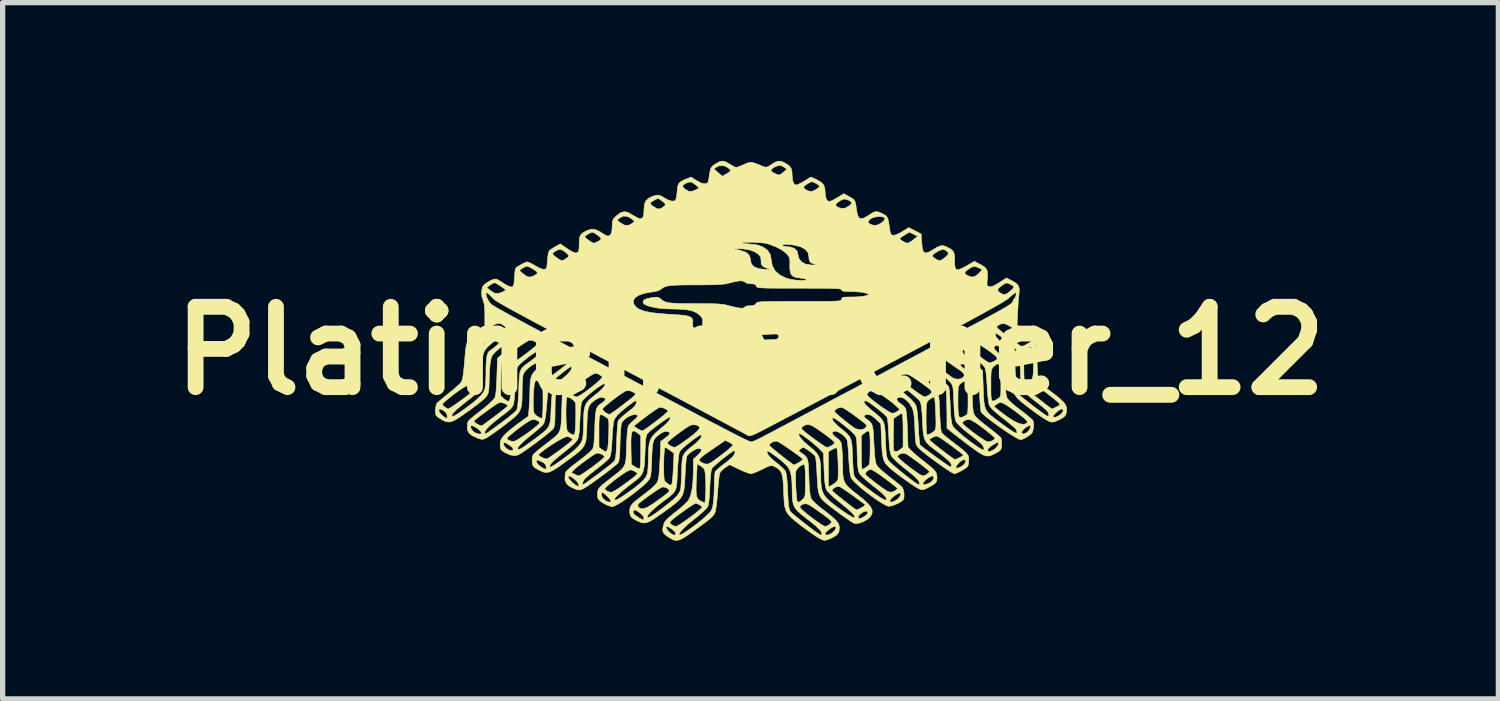
<source format=kicad_pcb>
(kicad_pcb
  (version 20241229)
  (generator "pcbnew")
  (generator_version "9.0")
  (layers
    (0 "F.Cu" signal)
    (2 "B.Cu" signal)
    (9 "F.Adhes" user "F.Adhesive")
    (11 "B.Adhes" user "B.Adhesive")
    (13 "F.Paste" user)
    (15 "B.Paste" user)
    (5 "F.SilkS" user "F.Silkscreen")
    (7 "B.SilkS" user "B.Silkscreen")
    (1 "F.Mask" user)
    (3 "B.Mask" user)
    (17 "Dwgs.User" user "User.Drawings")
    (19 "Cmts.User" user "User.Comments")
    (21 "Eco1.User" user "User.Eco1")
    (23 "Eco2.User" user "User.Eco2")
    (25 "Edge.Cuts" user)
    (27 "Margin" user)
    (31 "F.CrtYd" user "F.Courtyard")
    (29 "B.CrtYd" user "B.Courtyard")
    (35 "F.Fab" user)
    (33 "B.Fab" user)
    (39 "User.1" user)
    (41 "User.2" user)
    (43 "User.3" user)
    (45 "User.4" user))
  (footprint "Platinenmacher_12"
    (layer "F.Cu")
    (at 11.183 3.603)
    (property "Reference" "Platinenmacher_12" (at 0 0 0) (layer "F.SilkS") (effects (font (size 1.524 1.524) (thickness 0.3))))
    (attr through_hole)
    (fp_poly (pts (xy 0.604 -3.586) (xy 0.676 -3.549) (xy 0.736 -3.507) (xy 0.771 -3.461) (xy 0.787 -3.397) (xy 0.791 -3.314) (xy 0.8 -3.227) (xy 0.824 -3.168) (xy 0.861 -3.144) (xy 0.867 -3.144) (xy 0.9 -3.154) (xy 0.956 -3.182) (xy 1.023 -3.22) (xy 1.023 -3.22) (xy 1.146 -3.296) (xy 1.252 -3.247) (xy 1.336 -3.2) (xy 1.386 -3.15) (xy 1.41 -3.085) (xy 1.416 -3.013) (xy 1.424 -2.918) (xy 1.448 -2.857) (xy 1.487 -2.832) (xy 1.494 -2.831) (xy 1.529 -2.842) (xy 1.586 -2.869) (xy 1.65 -2.906) (xy 1.77 -2.98) (xy 1.873 -2.923) (xy 1.929 -2.891) (xy 1.965 -2.861) (xy 1.986 -2.823) (xy 1.999 -2.764) (xy 2.01 -2.686) (xy 2.027 -2.588) (xy 2.053 -2.528) (xy 2.091 -2.505) (xy 2.147 -2.516) (xy 2.225 -2.559) (xy 2.261 -2.583) (xy 2.328 -2.625) (xy 2.38 -2.641) (xy 2.434 -2.632) (xy 2.498 -2.603) (xy 2.55 -2.574) (xy 2.584 -2.545) (xy 2.605 -2.506) (xy 2.62 -2.446) (xy 2.633 -2.354) (xy 2.634 -2.353) (xy 2.646 -2.272) (xy 2.657 -2.225) (xy 2.673 -2.201) (xy 2.696 -2.191) (xy 2.703 -2.19) (xy 2.75 -2.197) (xy 2.82 -2.227) (xy 2.877 -2.26) (xy 3.002 -2.337) (xy 3.237 -2.216) (xy 3.248 -2.061) (xy 3.258 -1.955) (xy 3.275 -1.888) (xy 3.304 -1.857) (xy 3.35 -1.859) (xy 3.417 -1.89) (xy 3.476 -1.926) (xy 3.554 -1.972) (xy 3.612 -1.993) (xy 3.664 -1.992) (xy 3.721 -1.971) (xy 3.733 -1.965) (xy 3.802 -1.927) (xy 3.843 -1.889) (xy 3.864 -1.841) (xy 3.872 -1.77) (xy 3.872 -1.717) (xy 3.874 -1.632) (xy 3.882 -1.575) (xy 3.902 -1.544) (xy 3.938 -1.538) (xy 3.995 -1.557) (xy 4.078 -1.6) (xy 4.179 -1.658) (xy 4.247 -1.697) (xy 4.362 -1.637) (xy 4.43 -1.596) (xy 4.472 -1.555) (xy 4.493 -1.503) (xy 4.497 -1.428) (xy 4.491 -1.351) (xy 4.486 -1.282) (xy 4.489 -1.244) (xy 4.503 -1.225) (xy 4.53 -1.216) (xy 4.57 -1.216) (xy 4.623 -1.236) (xy 4.698 -1.28) (xy 4.718 -1.293) (xy 4.856 -1.382) (xy 4.968 -1.323) (xy 5.041 -1.279) (xy 5.082 -1.233) (xy 5.098 -1.174) (xy 5.094 -1.089) (xy 5.092 -1.067) (xy 5.085 -1.006) (xy 5.078 -0.916) (xy 5.072 -0.81) (xy 5.067 -0.718) (xy 5.056 -0.468) (xy 5.188 -0.371) (xy 5.27 -0.311) (xy 5.33 -0.263) (xy 5.372 -0.219) (xy 5.4 -0.171) (xy 5.416 -0.111) (xy 5.426 -0.032) (xy 5.431 0.075) (xy 5.434 0.184) (xy 5.439 0.323) (xy 5.446 0.428) (xy 5.458 0.507) (xy 5.477 0.568) (xy 5.509 0.618) (xy 5.555 0.665) (xy 5.62 0.716) (xy 5.68 0.761) (xy 5.794 0.848) (xy 5.877 0.916) (xy 5.935 0.971) (xy 5.971 1.019) (xy 5.99 1.063) (xy 5.996 1.109) (xy 5.996 1.117) (xy 5.987 1.188) (xy 5.964 1.237) (xy 5.963 1.238) (xy 5.909 1.279) (xy 5.837 1.317) (xy 5.766 1.345) (xy 5.718 1.353) (xy 5.676 1.343) (xy 5.611 1.311) (xy 5.523 1.255) (xy 5.516 1.25) (xy 5.737 1.25) (xy 5.738 1.252) (xy 5.766 1.263) (xy 5.813 1.25) (xy 5.867 1.218) (xy 5.887 1.202) (xy 5.923 1.158) (xy 5.932 1.122) (xy 5.912 1.104) (xy 5.903 1.103) (xy 5.87 1.116) (xy 5.825 1.147) (xy 5.781 1.186) (xy 5.748 1.224) (xy 5.737 1.25) (xy 5.516 1.25) (xy 5.408 1.175) (xy 5.265 1.068) (xy 5.238 1.047) (xy 5.136 0.967) (xy 5.062 0.898) (xy 5.011 0.83) (xy 4.98 0.756) (xy 4.963 0.665) (xy 4.956 0.548) (xy 4.955 0.447) (xy 4.953 0.339) (xy 4.949 0.24) (xy 4.942 0.161) (xy 4.934 0.112) (xy 4.933 0.109) (xy 4.896 0.051) (xy 4.829 -0.011) (xy 4.802 -0.03) (xy 4.732 -0.076) (xy 4.685 -0.098) (xy 4.654 -0.099) (xy 4.629 -0.081) (xy 4.624 -0.075) (xy 4.617 -0.054) (xy 4.633 -0.025) (xy 4.675 0.018) (xy 4.706 0.045) (xy 4.811 0.136) (xy 4.824 0.479) (xy 4.83 0.609) (xy 4.838 0.723) (xy 4.847 0.814) (xy 4.858 0.874) (xy 4.862 0.887) (xy 4.894 0.933) (xy 4.96 0.997) (xy 5.061 1.079) (xy 5.117 1.122) (xy 5.202 1.187) (xy 5.275 1.245) (xy 5.329 1.292) (xy 5.357 1.321) (xy 5.359 1.325) (xy 5.371 1.39) (xy 5.367 1.468) (xy 5.35 1.536) (xy 5.339 1.557) (xy 5.303 1.592) (xy 5.247 1.631) (xy 5.187 1.665) (xy 5.138 1.685) (xy 5.126 1.686) (xy 5.089 1.674) (xy 5.026 1.641) (xy 4.944 1.591) (xy 4.849 1.529) (xy 4.748 1.46) (xy 4.647 1.387) (xy 4.552 1.317) (xy 4.472 1.254) (xy 4.411 1.201) (xy 4.377 1.165) (xy 4.373 1.157) (xy 4.367 1.123) (xy 4.36 1.054) (xy 4.352 0.96) (xy 4.346 0.847) (xy 4.341 0.745) (xy 4.326 0.377) (xy 4.241 0.321) (xy 4.182 0.29) (xy 4.116 0.267) (xy 4.053 0.253) (xy 4.003 0.25) (xy 3.978 0.262) (xy 3.977 0.267) (xy 3.992 0.29) (xy 4.033 0.327) (xy 4.069 0.353) (xy 4.118 0.391) (xy 4.153 0.432) (xy 4.178 0.484) (xy 4.193 0.554) (xy 4.202 0.648) (xy 4.206 0.774) (xy 4.207 0.843) (xy 4.209 0.955) (xy 4.215 1.057) (xy 4.223 1.138) (xy 4.233 1.187) (xy 4.252 1.224) (xy 4.287 1.266) (xy 4.343 1.319) (xy 4.425 1.386) (xy 4.495 1.439) (xy 4.582 1.507) (xy 4.657 1.567) (xy 4.714 1.616) (xy 4.747 1.647) (xy 4.751 1.653) (xy 4.761 1.693) (xy 4.765 1.756) (xy 4.764 1.785) (xy 4.758 1.843) (xy 4.743 1.879) (xy 4.71 1.908) (xy 4.653 1.941) (xy 4.588 1.974) (xy 4.533 1.993) (xy 4.481 1.996) (xy 4.424 1.98) (xy 4.357 1.945) (xy 4.271 1.887) (xy 4.271 1.887) (xy 4.497 1.887) (xy 4.511 1.912) (xy 4.551 1.908) (xy 4.615 1.874) (xy 4.624 1.868) (xy 4.671 1.826) (xy 4.699 1.782) (xy 4.702 1.773) (xy 4.704 1.743) (xy 4.693 1.736) (xy 4.658 1.751) (xy 4.639 1.76) (xy 4.557 1.81) (xy 4.509 1.856) (xy 4.497 1.887) (xy 4.271 1.887) (xy 4.161 1.806) (xy 4.151 1.799) (xy 4.053 1.725) (xy 3.961 1.654) (xy 3.882 1.593) (xy 3.824 1.548) (xy 3.806 1.533) (xy 3.727 1.468) (xy 3.725 1.135) (xy 3.723 1.017) (xy 3.72 0.911) (xy 3.716 0.825) (xy 3.711 0.767) (xy 3.708 0.75) (xy 3.68 0.704) (xy 3.625 0.653) (xy 3.556 0.607) (xy 3.487 0.574) (xy 3.433 0.562) (xy 3.386 0.571) (xy 3.376 0.595) (xy 3.404 0.634) (xy 3.465 0.684) (xy 3.5 0.709) (xy 3.526 0.734) (xy 3.546 0.763) (xy 3.56 0.803) (xy 3.57 0.859) (xy 3.578 0.938) (xy 3.584 1.045) (xy 3.59 1.186) (xy 3.592 1.228) (xy 3.598 1.353) (xy 3.605 1.443) (xy 3.613 1.505) (xy 3.624 1.545) (xy 3.639 1.569) (xy 3.639 1.569) (xy 3.67 1.597) (xy 3.725 1.643) (xy 3.798 1.701) (xy 3.872 1.759) (xy 3.974 1.837) (xy 4.046 1.896) (xy 4.095 1.941) (xy 4.124 1.979) (xy 4.137 2.016) (xy 4.141 2.056) (xy 4.139 2.095) (xy 4.134 2.152) (xy 4.12 2.189) (xy 4.09 2.219) (xy 4.034 2.255) (xy 4.019 2.264) (xy 3.953 2.3) (xy 3.897 2.324) (xy 3.868 2.332) (xy 3.838 2.32) (xy 3.782 2.287) (xy 3.707 2.237) (xy 3.674 2.215) (xy 3.894 2.215) (xy 3.914 2.227) (xy 3.963 2.213) (xy 4.013 2.186) (xy 4.061 2.146) (xy 4.081 2.104) (xy 4.081 2.103) (xy 4.068 2.068) (xy 4.035 2.065) (xy 3.987 2.093) (xy 3.954 2.122) (xy 3.907 2.179) (xy 3.894 2.215) (xy 3.674 2.215) (xy 3.618 2.176) (xy 3.523 2.108) (xy 3.428 2.038) (xy 3.34 1.971) (xy 3.265 1.911) (xy 3.209 1.863) (xy 3.186 1.84) (xy 3.164 1.813) (xy 3.148 1.786) (xy 3.137 1.75) (xy 3.13 1.699) (xy 3.124 1.625) (xy 3.12 1.519) (xy 3.118 1.474) (xy 3.112 1.342) (xy 3.104 1.243) (xy 3.093 1.17) (xy 3.079 1.114) (xy 3.065 1.078) (xy 3.02 1.003) (xy 2.96 0.938) (xy 2.896 0.894) (xy 2.837 0.877) (xy 2.828 0.878) (xy 2.784 0.896) (xy 2.776 0.929) (xy 2.802 0.969) (xy 2.841 0.999) (xy 2.895 1.039) (xy 2.934 1.081) (xy 2.94 1.09) (xy 2.95 1.128) (xy 2.959 1.201) (xy 2.968 1.304) (xy 2.974 1.43) (xy 2.976 1.482) (xy 2.988 1.829) (xy 3.05 1.895) (xy 3.092 1.934) (xy 3.157 1.991) (xy 3.237 2.056) (xy 3.316 2.118) (xy 3.409 2.192) (xy 3.474 2.25) (xy 3.513 2.298) (xy 3.533 2.345) (xy 3.538 2.396) (xy 3.536 2.438) (xy 3.528 2.477) (xy 3.509 2.508) (xy 3.47 2.538) (xy 3.402 2.576) (xy 3.396 2.579) (xy 3.327 2.615) (xy 3.282 2.633) (xy 3.249 2.636) (xy 3.215 2.626) (xy 3.188 2.613) (xy 3.138 2.585) (xy 3.064 2.537) (xy 2.975 2.475) (xy 2.88 2.407) (xy 2.787 2.338) (xy 2.705 2.274) (xy 2.643 2.223) (xy 2.631 2.212) (xy 2.585 2.165) (xy 2.55 2.119) (xy 2.526 2.065) (xy 2.509 1.995) (xy 2.497 1.904) (xy 2.489 1.782) (xy 2.486 1.704) (xy 2.472 1.385) (xy 2.381 1.296) (xy 2.312 1.238) (xy 2.255 1.211) (xy 2.229 1.208) (xy 2.173 1.216) (xy 2.153 1.24) (xy 2.172 1.273) (xy 2.189 1.287) (xy 2.238 1.321) (xy 2.273 1.353) (xy 2.298 1.387) (xy 2.315 1.433) (xy 2.326 1.497) (xy 2.333 1.586) (xy 2.339 1.707) (xy 2.341 1.75) (xy 2.35 1.911) (xy 2.361 2.032) (xy 2.374 2.116) (xy 2.388 2.159) (xy 2.421 2.205) (xy 2.486 2.268) (xy 2.576 2.344) (xy 2.631 2.387) (xy 2.714 2.451) (xy 2.789 2.511) (xy 2.846 2.559) (xy 2.877 2.589) (xy 2.878 2.59) (xy 2.901 2.64) (xy 2.913 2.709) (xy 2.912 2.778) (xy 2.899 2.825) (xy 2.863 2.856) (xy 2.803 2.891) (xy 2.732 2.922) (xy 2.665 2.943) (xy 2.616 2.948) (xy 2.612 2.948) (xy 2.555 2.924) (xy 2.476 2.878) (xy 2.422 2.843) (xy 2.644 2.843) (xy 2.654 2.869) (xy 2.688 2.868) (xy 2.749 2.842) (xy 2.794 2.81) (xy 2.829 2.771) (xy 2.849 2.733) (xy 2.852 2.705) (xy 2.833 2.696) (xy 2.816 2.7) (xy 2.764 2.726) (xy 2.711 2.764) (xy 2.667 2.805) (xy 2.645 2.838) (xy 2.644 2.843) (xy 2.422 2.843) (xy 2.382 2.816) (xy 2.28 2.744) (xy 2.178 2.666) (xy 2.083 2.588) (xy 2.002 2.516) (xy 1.942 2.455) (xy 1.91 2.412) (xy 1.893 2.352) (xy 1.879 2.254) (xy 1.868 2.117) (xy 1.864 2.04) (xy 1.858 1.928) (xy 1.85 1.827) (xy 1.841 1.747) (xy 1.833 1.695) (xy 1.83 1.686) (xy 1.797 1.638) (xy 1.743 1.588) (xy 1.68 1.548) (xy 1.623 1.525) (xy 1.599 1.524) (xy 1.556 1.54) (xy 1.552 1.569) (xy 1.587 1.613) (xy 1.63 1.648) (xy 1.678 1.685) (xy 1.706 1.717) (xy 1.722 1.756) (xy 1.731 1.815) (xy 1.736 1.872) (xy 1.742 1.968) (xy 1.747 2.083) (xy 1.749 2.197) (xy 1.749 2.221) (xy 1.751 2.33) (xy 1.76 2.414) (xy 1.781 2.482) (xy 1.818 2.543) (xy 1.878 2.604) (xy 1.963 2.676) (xy 2.028 2.727) (xy 2.148 2.824) (xy 2.233 2.904) (xy 2.286 2.972) (xy 2.309 3.031) (xy 2.305 3.086) (xy 2.276 3.141) (xy 2.27 3.148) (xy 2.218 3.196) (xy 2.147 3.237) (xy 2.07 3.266) (xy 2.002 3.277) (xy 1.964 3.271) (xy 1.924 3.248) (xy 1.86 3.205) (xy 1.778 3.148) (xy 1.687 3.083) (xy 1.595 3.014) (xy 1.509 2.949) (xy 1.438 2.892) (xy 1.433 2.887) (xy 1.378 2.839) (xy 1.338 2.793) (xy 1.309 2.74) (xy 1.289 2.674) (xy 1.276 2.588) (xy 1.268 2.473) (xy 1.262 2.357) (xy 1.256 2.243) (xy 1.249 2.142) (xy 1.241 2.062) (xy 1.233 2.011) (xy 1.229 2) (xy 1.204 1.971) (xy 1.157 1.932) (xy 1.101 1.89) (xy 1.047 1.854) (xy 1.008 1.834) (xy 1 1.832) (xy 0.975 1.844) (xy 0.946 1.864) (xy 0.92 1.888) (xy 0.924 1.906) (xy 0.958 1.932) (xy 1.007 1.966) (xy 1.043 1.997) (xy 1.069 2.031) (xy 1.085 2.076) (xy 1.096 2.137) (xy 1.102 2.224) (xy 1.107 2.342) (xy 1.108 2.397) (xy 1.114 2.544) (xy 1.122 2.654) (xy 1.132 2.733) (xy 1.144 2.785) (xy 1.152 2.804) (xy 1.182 2.843) (xy 1.237 2.897) (xy 1.308 2.959) (xy 1.357 2.998) (xy 1.472 3.086) (xy 1.557 3.156) (xy 1.616 3.211) (xy 1.655 3.257) (xy 1.676 3.298) (xy 1.685 3.339) (xy 1.686 3.365) (xy 1.677 3.433) (xy 1.643 3.486) (xy 1.58 3.531) (xy 1.489 3.572) (xy 1.435 3.59) (xy 1.397 3.595) (xy 1.357 3.582) (xy 1.298 3.551) (xy 1.298 3.551) (xy 1.243 3.518) (xy 1.166 3.465) (xy 1.075 3.4) (xy 0.979 3.33) (xy 0.959 3.315) (xy 0.848 3.228) (xy 0.767 3.157) (xy 0.709 3.094) (xy 0.672 3.029) (xy 0.65 2.955) (xy 0.638 2.863) (xy 0.632 2.745) (xy 0.631 2.731) (xy 0.625 2.581) (xy 0.618 2.467) (xy 0.606 2.382) (xy 0.589 2.32) (xy 0.564 2.275) (xy 0.528 2.24) (xy 0.481 2.209) (xy 0.451 2.193) (xy 0.421 2.18) (xy 0.392 2.177) (xy 0.355 2.186) (xy 0.299 2.21) (xy 0.224 2.247) (xy 0.143 2.285) (xy 0.072 2.314) (xy 0.021 2.33) (xy 0.009 2.332) (xy -0.03 2.323) (xy -0.094 2.3) (xy -0.174 2.266) (xy -0.217 2.246) (xy -0.396 2.16) (xy -0.48 2.215) (xy -0.534 2.259) (xy -0.574 2.304) (xy -0.583 2.321) (xy -0.591 2.359) (xy -0.6 2.429) (xy -0.61 2.524) (xy -0.619 2.634) (xy -0.622 2.682) (xy -0.632 2.802) (xy -0.644 2.91) (xy -0.657 2.997) (xy -0.669 3.055) (xy -0.673 3.065) (xy -0.687 3.095) (xy -0.708 3.125) (xy -0.739 3.158) (xy -0.784 3.198) (xy -0.849 3.249) (xy -0.938 3.315) (xy -1.054 3.399) (xy -1.1 3.432) (xy -1.207 3.507) (xy -1.288 3.558) (xy -1.351 3.587) (xy -1.402 3.597) (xy -1.45 3.589) (xy -1.502 3.565) (xy -1.522 3.553) (xy -1.601 3.503) (xy -1.646 3.459) (xy -1.665 3.413) (xy -1.66 3.352) (xy -1.659 3.348) (xy -1.604 3.348) (xy -1.585 3.387) (xy -1.542 3.437) (xy -1.49 3.479) (xy -1.447 3.497) (xy -1.42 3.486) (xy -1.419 3.482) (xy -1.353 3.482) (xy -1.344 3.494) (xy -1.315 3.486) (xy -1.263 3.457) (xy -1.184 3.404) (xy -1.116 3.356) (xy -1.027 3.29) (xy -0.936 3.217) (xy -0.858 3.151) (xy -0.839 3.133) (xy -0.779 3.075) (xy -0.743 3.028) (xy -0.722 2.979) (xy -0.709 2.913) (xy -0.707 2.904) (xy -0.699 2.829) (xy -0.692 2.727) (xy -0.688 2.616) (xy -0.687 2.554) (xy -0.685 2.458) (xy -0.68 2.375) (xy -0.673 2.315) (xy -0.667 2.291) (xy -0.641 2.262) (xy -0.591 2.217) (xy -0.525 2.164) (xy -0.5 2.145) (xy -0.429 2.09) (xy -0.369 2.039) (xy -0.329 2) (xy -0.322 1.992) (xy -0.297 1.943) (xy -0.296 1.934) (xy 0.314 1.934) (xy 0.342 1.983) (xy 0.398 2.044) (xy 0.48 2.113) (xy 0.493 2.123) (xy 0.563 2.18) (xy 0.621 2.235) (xy 0.659 2.278) (xy 0.664 2.286) (xy 0.679 2.337) (xy 0.691 2.428) (xy 0.701 2.56) (xy 0.706 2.666) (xy 0.712 2.798) (xy 0.719 2.895) (xy 0.727 2.964) (xy 0.739 3.011) (xy 0.753 3.043) (xy 0.755 3.045) (xy 0.78 3.072) (xy 0.831 3.117) (xy 0.901 3.174) (xy 0.982 3.24) (xy 1.068 3.307) (xy 1.153 3.371) (xy 1.229 3.428) (xy 1.29 3.47) (xy 1.329 3.494) (xy 1.338 3.497) (xy 1.352 3.481) (xy 1.353 3.468) (xy 1.353 3.467) (xy 1.416 3.467) (xy 1.43 3.493) (xy 1.468 3.494) (xy 1.52 3.472) (xy 1.56 3.444) (xy 1.604 3.398) (xy 1.623 3.359) (xy 1.615 3.335) (xy 1.598 3.331) (xy 1.559 3.343) (xy 1.509 3.373) (xy 1.46 3.412) (xy 1.425 3.448) (xy 1.416 3.467) (xy 1.353 3.467) (xy 1.342 3.432) (xy 1.306 3.385) (xy 1.242 3.324) (xy 1.147 3.246) (xy 1.062 3.179) (xy 0.96 3.099) (xy 0.887 3.033) (xy 0.839 2.97) (xy 0.837 2.966) (xy 0.937 2.966) (xy 0.953 2.99) (xy 0.996 3.031) (xy 1.058 3.085) (xy 1.133 3.144) (xy 1.212 3.203) (xy 1.288 3.257) (xy 1.353 3.3) (xy 1.4 3.326) (xy 1.417 3.331) (xy 1.459 3.319) (xy 1.501 3.292) (xy 1.533 3.26) (xy 1.533 3.235) (xy 1.522 3.22) (xy 1.492 3.192) (xy 1.436 3.147) (xy 1.363 3.093) (xy 1.284 3.036) (xy 1.207 2.982) (xy 1.141 2.939) (xy 1.095 2.912) (xy 1.09 2.91) (xy 1.037 2.9) (xy 0.984 2.912) (xy 0.946 2.94) (xy 0.937 2.966) (xy 0.837 2.966) (xy 0.81 2.902) (xy 0.796 2.818) (xy 0.791 2.709) (xy 0.791 2.655) (xy 0.787 2.505) (xy 0.777 2.393) (xy 0.856 2.393) (xy 0.857 2.482) (xy 0.86 2.579) (xy 0.865 2.675) (xy 0.871 2.759) (xy 0.878 2.822) (xy 0.885 2.853) (xy 0.885 2.853) (xy 0.907 2.871) (xy 0.938 2.862) (xy 0.986 2.822) (xy 1.007 2.801) (xy 1.022 2.779) (xy 1.032 2.749) (xy 1.038 2.704) (xy 1.04 2.636) (xy 1.041 2.538) (xy 1.041 2.469) (xy 1.04 2.362) (xy 1.037 2.269) (xy 1.032 2.2) (xy 1.026 2.162) (xy 1.024 2.157) (xy 0.992 2.159) (xy 0.947 2.183) (xy 0.901 2.222) (xy 0.869 2.264) (xy 0.862 2.282) (xy 0.857 2.323) (xy 0.856 2.393) (xy 0.777 2.393) (xy 0.777 2.39) (xy 0.758 2.301) (xy 0.729 2.233) (xy 0.688 2.176) (xy 0.681 2.169) (xy 0.631 2.122) (xy 0.567 2.068) (xy 0.497 2.013) (xy 0.429 1.964) (xy 0.372 1.925) (xy 0.332 1.904) (xy 0.318 1.902) (xy 0.314 1.934) (xy -0.296 1.934) (xy -0.293 1.907) (xy -0.31 1.895) (xy -0.337 1.907) (xy -0.387 1.941) (xy -0.453 1.99) (xy -0.526 2.047) (xy -0.598 2.107) (xy -0.662 2.162) (xy -0.71 2.206) (xy -0.733 2.233) (xy -0.744 2.274) (xy -0.755 2.352) (xy -0.764 2.459) (xy -0.771 2.592) (xy -0.771 2.592) (xy -0.778 2.742) (xy -0.788 2.852) (xy -0.801 2.926) (xy -0.813 2.96) (xy -0.841 2.994) (xy -0.894 3.046) (xy -0.965 3.11) (xy -1.048 3.177) (xy -1.054 3.182) (xy -1.18 3.285) (xy -1.271 3.368) (xy -1.329 3.431) (xy -1.352 3.474) (xy -1.353 3.482) (xy -1.419 3.482) (xy -1.416 3.468) (xy -1.431 3.437) (xy -1.47 3.397) (xy -1.485 3.384) (xy -1.55 3.343) (xy -1.591 3.332) (xy -1.604 3.348) (xy -1.659 3.348) (xy -1.645 3.289) (xy -1.63 3.254) (xy -1.53 3.254) (xy -1.524 3.276) (xy -1.496 3.298) (xy -1.448 3.323) (xy -1.413 3.331) (xy -1.384 3.319) (xy -1.33 3.287) (xy -1.256 3.238) (xy -1.171 3.178) (xy -1.147 3.161) (xy -1.063 3.097) (xy -0.993 3.04) (xy -0.942 2.996) (xy -0.917 2.97) (xy -0.916 2.966) (xy -0.933 2.942) (xy -0.974 2.916) (xy -1.021 2.898) (xy -1.045 2.894) (xy -1.071 2.906) (xy -1.121 2.937) (xy -1.189 2.983) (xy -1.266 3.037) (xy -1.344 3.093) (xy -1.415 3.147) (xy -1.472 3.192) (xy -1.505 3.222) (xy -1.506 3.222) (xy -1.53 3.254) (xy -1.63 3.254) (xy -1.629 3.251) (xy -1.597 3.209) (xy -1.545 3.159) (xy -1.467 3.094) (xy -1.424 3.061) (xy -1.34 2.993) (xy -1.264 2.926) (xy -1.205 2.868) (xy -1.173 2.831) (xy -1.136 2.747) (xy -1.114 2.649) (xy -1.031 2.649) (xy -1.027 2.723) (xy -1.016 2.774) (xy -0.997 2.809) (xy -0.968 2.835) (xy -0.94 2.851) (xy -0.864 2.89) (xy -0.852 2.731) (xy -0.847 2.624) (xy -0.848 2.504) (xy -0.852 2.405) (xy -0.859 2.322) (xy -0.868 2.269) (xy -0.883 2.236) (xy -0.909 2.21) (xy -0.937 2.19) (xy -1.01 2.141) (xy -1.024 2.408) (xy -1.03 2.546) (xy -1.031 2.649) (xy -1.114 2.649) (xy -1.108 2.625) (xy -1.091 2.466) (xy -1.083 2.273) (xy -1.083 2.251) (xy -1.083 2.081) (xy -0.972 2.081) (xy -0.955 2.101) (xy -0.919 2.121) (xy -0.888 2.135) (xy -0.855 2.146) (xy -0.823 2.149) (xy -0.787 2.139) (xy -0.74 2.114) (xy -0.677 2.071) (xy -0.591 2.007) (xy -0.515 1.949) (xy -0.442 1.891) (xy -0.383 1.84) (xy -0.344 1.804) (xy -0.334 1.79) (xy 0.354 1.79) (xy 0.369 1.807) (xy 0.411 1.844) (xy 0.471 1.895) (xy 0.543 1.953) (xy 0.619 2.014) (xy 0.693 2.071) (xy 0.757 2.119) (xy 0.803 2.153) (xy 0.826 2.165) (xy 0.826 2.165) (xy 0.848 2.156) (xy 0.893 2.132) (xy 0.917 2.118) (xy 0.965 2.088) (xy 0.992 2.063) (xy 0.994 2.057) (xy 0.975 2.037) (xy 0.928 2) (xy 0.862 1.951) (xy 0.785 1.896) (xy 0.704 1.839) (xy 0.627 1.788) (xy 0.563 1.747) (xy 0.518 1.721) (xy 0.505 1.715) (xy 0.459 1.717) (xy 0.408 1.736) (xy 0.368 1.764) (xy 0.354 1.79) (xy -0.334 1.79) (xy -0.333 1.789) (xy -0.35 1.768) (xy -0.392 1.741) (xy -0.406 1.734) (xy -0.479 1.7) (xy -0.682 1.838) (xy -0.798 1.918) (xy -0.883 1.979) (xy -0.938 2.024) (xy -0.967 2.057) (xy -0.972 2.081) (xy -1.083 2.081) (xy -1.083 2.055) (xy -0.997 1.976) (xy -0.944 1.919) (xy -0.928 1.879) (xy -0.95 1.857) (xy -0.985 1.853) (xy -1.036 1.866) (xy -1.099 1.9) (xy -1.159 1.944) (xy -1.201 1.987) (xy -1.205 1.995) (xy -1.213 2.028) (xy -1.222 2.094) (xy -1.23 2.186) (xy -1.237 2.295) (xy -1.24 2.358) (xy -1.246 2.485) (xy -1.254 2.586) (xy -1.267 2.667) (xy -1.289 2.734) (xy -1.325 2.793) (xy -1.377 2.852) (xy -1.451 2.915) (xy -1.55 2.989) (xy -1.677 3.081) (xy -1.705 3.1) (xy -1.812 3.175) (xy -1.894 3.227) (xy -1.959 3.256) (xy -2.015 3.266) (xy -2.069 3.258) (xy -2.13 3.234) (xy -2.163 3.218) (xy -2.233 3.177) (xy -2.272 3.136) (xy -2.288 3.082) (xy -2.29 3.037) (xy -2.29 3.034) (xy -2.224 3.034) (xy -2.223 3.07) (xy -2.212 3.094) (xy -2.185 3.119) (xy -2.139 3.152) (xy -2.088 3.183) (xy -2.047 3.203) (xy -2.035 3.206) (xy -2.022 3.189) (xy -2.02 3.165) (xy -2.029 3.145) (xy -1.957 3.145) (xy -1.95 3.161) (xy -1.928 3.16) (xy -1.886 3.139) (xy -1.822 3.096) (xy -1.73 3.03) (xy -1.684 2.996) (xy -1.558 2.899) (xy -1.463 2.82) (xy -1.396 2.753) (xy -1.353 2.696) (xy -1.329 2.643) (xy -1.324 2.619) (xy -1.319 2.572) (xy -1.314 2.494) (xy -1.31 2.396) (xy -1.306 2.288) (xy -1.306 2.28) (xy -1.302 2.157) (xy -1.295 2.066) (xy -1.28 1.998) (xy -1.253 1.945) (xy -1.21 1.896) (xy -1.148 1.842) (xy -1.095 1.801) (xy -1.011 1.731) (xy -0.955 1.671) (xy -0.928 1.624) (xy -0.933 1.596) (xy -0.935 1.594) (xy -0.959 1.6) (xy -1.007 1.629) (xy -1.07 1.673) (xy -1.14 1.726) (xy -1.211 1.783) (xy -1.274 1.837) (xy -1.321 1.882) (xy -1.345 1.912) (xy -1.355 1.95) (xy -1.365 2.021) (xy -1.374 2.114) (xy -1.382 2.221) (xy -1.383 2.245) (xy -1.389 2.385) (xy -1.395 2.491) (xy -1.404 2.57) (xy -1.419 2.629) (xy -1.443 2.675) (xy -1.479 2.717) (xy -1.529 2.76) (xy -1.598 2.812) (xy -1.637 2.84) (xy -1.767 2.942) (xy -1.864 3.026) (xy -1.927 3.091) (xy -1.955 3.136) (xy -1.957 3.145) (xy -2.029 3.145) (xy -2.036 3.131) (xy -2.077 3.089) (xy -2.129 3.05) (xy -2.178 3.024) (xy -2.201 3.019) (xy -2.224 3.034) (xy -2.29 3.034) (xy -2.286 2.987) (xy -2.272 2.948) (xy -2.134 2.948) (xy -2.123 2.968) (xy -2.08 2.995) (xy -2.019 2.993) (xy -1.939 2.959) (xy -1.836 2.893) (xy -1.829 2.888) (xy -1.724 2.812) (xy -1.647 2.756) (xy -1.596 2.717) (xy -1.564 2.69) (xy -1.547 2.671) (xy -1.541 2.658) (xy -1.541 2.651) (xy -1.559 2.62) (xy -1.603 2.594) (xy -1.659 2.582) (xy -1.663 2.582) (xy -1.692 2.594) (xy -1.747 2.625) (xy -1.817 2.671) (xy -1.896 2.726) (xy -1.975 2.782) (xy -2.046 2.836) (xy -2.101 2.881) (xy -2.132 2.911) (xy -2.133 2.914) (xy -2.134 2.948) (xy -2.272 2.948) (xy -2.27 2.944) (xy -2.237 2.9) (xy -2.182 2.849) (xy -2.098 2.783) (xy -2.076 2.766) (xy -1.965 2.682) (xy -1.884 2.615) (xy -1.826 2.563) (xy -1.787 2.519) (xy -1.761 2.48) (xy -1.759 2.477) (xy -1.747 2.432) (xy -1.735 2.35) (xy -1.725 2.232) (xy -1.722 2.172) (xy -1.645 2.172) (xy -1.645 2.269) (xy -1.643 2.356) (xy -1.638 2.423) (xy -1.631 2.463) (xy -1.629 2.468) (xy -1.601 2.496) (xy -1.562 2.525) (xy -1.524 2.548) (xy -1.504 2.545) (xy -1.493 2.528) (xy -1.485 2.496) (xy -1.477 2.431) (xy -1.47 2.342) (xy -1.464 2.239) (xy -1.463 2.219) (xy -1.451 1.943) (xy -1.524 1.888) (xy -1.574 1.853) (xy -1.612 1.834) (xy -1.621 1.832) (xy -1.629 1.851) (xy -1.635 1.904) (xy -1.64 1.98) (xy -1.644 2.073) (xy -1.645 2.172) (xy -1.722 2.172) (xy -1.717 2.084) (xy -1.716 2.071) (xy -1.702 1.742) (xy -1.577 1.742) (xy -1.566 1.767) (xy -1.529 1.796) (xy -1.481 1.821) (xy -1.436 1.831) (xy -1.409 1.82) (xy -1.355 1.787) (xy -1.283 1.738) (xy -1.2 1.678) (xy -1.18 1.664) (xy -1.079 1.586) (xy -1.011 1.527) (xy -0.974 1.483) (xy -0.966 1.451) (xy -0.983 1.427) (xy -1.024 1.408) (xy -1.1 1.402) (xy -1.138 1.413) (xy -1.18 1.436) (xy -1.242 1.476) (xy -1.315 1.528) (xy -1.393 1.585) (xy -1.465 1.641) (xy -1.526 1.691) (xy -1.566 1.727) (xy -1.577 1.742) (xy -1.702 1.742) (xy -1.701 1.718) (xy -1.617 1.655) (xy -1.555 1.605) (xy -1.529 1.57) (xy -1.537 1.546) (xy -1.574 1.532) (xy -1.623 1.53) (xy -1.678 1.553) (xy -1.712 1.575) (xy -1.764 1.614) (xy -1.803 1.65) (xy -1.83 1.692) (xy -1.848 1.746) (xy -1.86 1.82) (xy -1.867 1.922) (xy -1.873 2.057) (xy -1.873 2.062) (xy -1.878 2.189) (xy -1.883 2.282) (xy -1.89 2.347) (xy -1.899 2.393) (xy -1.912 2.425) (xy -1.928 2.45) (xy -1.973 2.5) (xy -2.042 2.564) (xy -2.127 2.635) (xy -2.223 2.71) (xy -2.322 2.783) (xy -2.417 2.849) (xy -2.502 2.903) (xy -2.57 2.94) (xy -2.615 2.956) (xy -2.618 2.956) (xy -2.672 2.945) (xy -2.74 2.917) (xy -2.809 2.878) (xy -2.864 2.837) (xy -2.893 2.801) (xy -2.893 2.801) (xy -2.901 2.752) (xy -2.9 2.702) (xy -2.829 2.702) (xy -2.823 2.748) (xy -2.813 2.776) (xy -2.787 2.813) (xy -2.746 2.844) (xy -2.7 2.865) (xy -2.663 2.87) (xy -2.644 2.854) (xy -2.644 2.85) (xy -2.659 2.822) (xy -2.666 2.814) (xy -2.582 2.814) (xy -2.572 2.83) (xy -2.54 2.825) (xy -2.483 2.796) (xy -2.399 2.742) (xy -2.329 2.694) (xy -2.197 2.598) (xy -2.098 2.518) (xy -2.027 2.449) (xy -1.982 2.389) (xy -1.957 2.333) (xy -1.957 2.333) (xy -1.949 2.282) (xy -1.942 2.202) (xy -1.938 2.103) (xy -1.936 2.01) (xy -1.934 1.875) (xy -1.922 1.771) (xy -1.899 1.69) (xy -1.859 1.621) (xy -1.798 1.556) (xy -1.713 1.483) (xy -1.708 1.479) (xy -1.617 1.402) (xy -1.555 1.338) (xy -1.524 1.289) (xy -1.525 1.258) (xy -1.526 1.257) (xy -1.546 1.263) (xy -1.592 1.29) (xy -1.654 1.332) (xy -1.726 1.383) (xy -1.799 1.438) (xy -1.867 1.491) (xy -1.92 1.536) (xy -1.948 1.563) (xy -1.964 1.585) (xy -1.975 1.615) (xy -1.984 1.661) (xy -1.99 1.729) (xy -1.996 1.826) (xy -2 1.933) (xy -2.006 2.075) (xy -2.014 2.182) (xy -2.029 2.263) (xy -2.052 2.326) (xy -2.087 2.379) (xy -2.138 2.428) (xy -2.207 2.482) (xy -2.232 2.501) (xy -2.322 2.57) (xy -2.408 2.639) (xy -2.482 2.705) (xy -2.54 2.759) (xy -2.575 2.799) (xy -2.582 2.814) (xy -2.666 2.814) (xy -2.694 2.781) (xy -2.739 2.737) (xy -2.782 2.701) (xy -2.811 2.686) (xy -2.812 2.686) (xy -2.829 2.702) (xy -2.9 2.702) (xy -2.9 2.688) (xy -2.899 2.68) (xy -2.892 2.645) (xy -2.878 2.615) (xy -2.763 2.615) (xy -2.752 2.639) (xy -2.714 2.664) (xy -2.665 2.681) (xy -2.641 2.684) (xy -2.61 2.673) (xy -2.555 2.643) (xy -2.486 2.598) (xy -2.449 2.572) (xy -2.324 2.481) (xy -2.233 2.412) (xy -2.174 2.363) (xy -2.147 2.334) (xy -2.144 2.327) (xy -2.161 2.308) (xy -2.202 2.283) (xy -2.209 2.279) (xy -2.246 2.262) (xy -2.277 2.259) (xy -2.315 2.273) (xy -2.372 2.306) (xy -2.381 2.311) (xy -2.448 2.355) (xy -2.524 2.409) (xy -2.601 2.468) (xy -2.671 2.525) (xy -2.726 2.573) (xy -2.758 2.607) (xy -2.763 2.615) (xy -2.878 2.615) (xy -2.877 2.613) (xy -2.848 2.579) (xy -2.8 2.535) (xy -2.727 2.476) (xy -2.678 2.438) (xy -2.571 2.355) (xy -2.491 2.291) (xy -2.435 2.238) (xy -2.397 2.187) (xy -2.375 2.131) (xy -2.362 2.062) (xy -2.356 1.971) (xy -2.353 1.851) (xy -2.351 1.815) (xy -2.348 1.742) (xy -2.267 1.742) (xy -2.265 1.883) (xy -2.259 2.153) (xy -2.189 2.201) (xy -2.141 2.228) (xy -2.106 2.238) (xy -2.1 2.237) (xy -2.094 2.213) (xy -2.088 2.155) (xy -2.084 2.071) (xy -2.082 1.968) (xy -2.082 1.916) (xy -2.082 1.606) (xy -2.137 1.563) (xy -2.183 1.531) (xy -2.217 1.519) (xy -2.241 1.53) (xy -2.256 1.569) (xy -2.264 1.639) (xy -2.267 1.742) (xy -2.348 1.742) (xy -2.345 1.67) (xy -2.337 1.554) (xy -2.327 1.47) (xy -2.316 1.427) (xy -2.207 1.427) (xy -2.191 1.444) (xy -2.152 1.47) (xy -2.105 1.497) (xy -2.066 1.516) (xy -2.052 1.52) (xy -2.029 1.508) (xy -1.98 1.475) (xy -1.911 1.426) (xy -1.828 1.365) (xy -1.797 1.341) (xy -1.712 1.276) (xy -1.641 1.218) (xy -1.59 1.173) (xy -1.564 1.147) (xy -1.561 1.142) (xy -1.579 1.122) (xy -1.622 1.097) (xy -1.637 1.091) (xy -1.684 1.073) (xy -1.719 1.073) (xy -1.759 1.091) (xy -1.798 1.116) (xy -1.856 1.156) (xy -1.926 1.206) (xy -2.002 1.262) (xy -2.075 1.318) (xy -2.138 1.368) (xy -2.185 1.405) (xy -2.206 1.426) (xy -2.207 1.427) (xy -2.316 1.427) (xy -2.315 1.423) (xy -2.314 1.42) (xy -2.281 1.379) (xy -2.23 1.331) (xy -2.209 1.316) (xy -2.165 1.277) (xy -2.141 1.244) (xy -2.139 1.233) (xy -2.166 1.21) (xy -2.214 1.21) (xy -2.275 1.229) (xy -2.339 1.262) (xy -2.397 1.306) (xy -2.438 1.357) (xy -2.44 1.359) (xy -2.451 1.401) (xy -2.46 1.48) (xy -2.468 1.594) (xy -2.473 1.738) (xy -2.473 1.749) (xy -2.477 1.882) (xy -2.482 1.979) (xy -2.489 2.048) (xy -2.497 2.093) (xy -2.509 2.121) (xy -2.516 2.131) (xy -2.551 2.163) (xy -2.612 2.214) (xy -2.692 2.277) (xy -2.785 2.347) (xy -2.882 2.419) (xy -2.977 2.487) (xy -3.061 2.546) (xy -3.128 2.59) (xy -3.169 2.614) (xy -3.219 2.635) (xy -3.258 2.64) (xy -3.306 2.627) (xy -3.337 2.616) (xy -3.43 2.571) (xy -3.488 2.521) (xy -3.515 2.458) (xy -3.519 2.413) (xy -3.516 2.385) (xy -3.459 2.385) (xy -3.449 2.416) (xy -3.419 2.458) (xy -3.376 2.502) (xy -3.324 2.542) (xy -3.3 2.556) (xy -3.263 2.572) (xy -3.253 2.561) (xy -3.264 2.524) (xy -3.186 2.524) (xy -3.175 2.54) (xy -3.174 2.54) (xy -3.155 2.528) (xy -3.108 2.496) (xy -3.039 2.446) (xy -2.954 2.384) (xy -2.888 2.336) (xy -2.793 2.264) (xy -2.708 2.199) (xy -2.64 2.145) (xy -2.595 2.107) (xy -2.582 2.093) (xy -2.569 2.067) (xy -2.558 2.019) (xy -2.55 1.946) (xy -2.543 1.84) (xy -2.538 1.709) (xy -2.533 1.591) (xy -2.526 1.486) (xy -2.52 1.401) (xy -2.513 1.344) (xy -2.509 1.326) (xy -2.486 1.298) (xy -2.438 1.253) (xy -2.372 1.198) (xy -2.329 1.164) (xy -2.249 1.1) (xy -2.199 1.054) (xy -2.173 1.017) (xy -2.165 0.987) (xy -2.167 0.96) (xy -2.174 0.948) (xy -2.195 0.954) (xy -2.234 0.979) (xy -2.297 1.026) (xy -2.332 1.052) (xy -2.448 1.146) (xy -2.529 1.225) (xy -2.577 1.292) (xy -2.587 1.312) (xy -2.595 1.351) (xy -2.605 1.422) (xy -2.614 1.517) (xy -2.621 1.627) (xy -2.624 1.671) (xy -2.632 1.807) (xy -2.641 1.906) (xy -2.653 1.975) (xy -2.667 2.018) (xy -2.673 2.029) (xy -2.702 2.061) (xy -2.757 2.111) (xy -2.83 2.172) (xy -2.913 2.237) (xy -2.996 2.301) (xy -3.069 2.361) (xy -3.124 2.41) (xy -3.153 2.44) (xy -3.153 2.44) (xy -3.177 2.486) (xy -3.186 2.524) (xy -3.264 2.524) (xy -3.265 2.518) (xy -3.267 2.514) (xy -3.293 2.476) (xy -3.34 2.432) (xy -3.392 2.395) (xy -3.435 2.374) (xy -3.443 2.373) (xy -3.459 2.385) (xy -3.516 2.385) (xy -3.514 2.349) (xy -3.504 2.308) (xy -3.398 2.308) (xy -3.338 2.34) (xy -3.29 2.362) (xy -3.256 2.373) (xy -3.256 2.373) (xy -3.231 2.361) (xy -3.18 2.329) (xy -3.11 2.282) (xy -3.026 2.223) (xy -3.001 2.204) (xy -2.916 2.141) (xy -2.846 2.085) (xy -2.795 2.04) (xy -2.77 2.013) (xy -2.769 2.009) (xy -2.787 1.983) (xy -2.829 1.959) (xy -2.879 1.942) (xy -2.92 1.942) (xy -2.922 1.942) (xy -2.957 1.962) (xy -3.016 2.001) (xy -3.089 2.053) (xy -3.168 2.11) (xy -3.243 2.167) (xy -3.305 2.216) (xy -3.345 2.252) (xy -3.349 2.256) (xy -3.398 2.308) (xy -3.504 2.308) (xy -3.502 2.298) (xy -3.498 2.292) (xy -3.475 2.266) (xy -3.424 2.221) (xy -3.354 2.164) (xy -3.27 2.1) (xy -3.248 2.083) (xy -3.161 2.016) (xy -3.085 1.953) (xy -3.026 1.899) (xy -2.993 1.862) (xy -2.99 1.857) (xy -2.976 1.81) (xy -2.966 1.727) (xy -2.958 1.606) (xy -2.955 1.518) (xy -2.873 1.518) (xy -2.873 1.829) (xy -2.818 1.872) (xy -2.769 1.906) (xy -2.737 1.911) (xy -2.717 1.884) (xy -2.704 1.821) (xy -2.699 1.775) (xy -2.693 1.681) (xy -2.688 1.57) (xy -2.686 1.464) (xy -2.686 1.462) (xy -2.686 1.378) (xy -2.69 1.324) (xy -2.701 1.292) (xy -2.721 1.27) (xy -2.753 1.249) (xy -2.798 1.223) (xy -2.829 1.211) (xy -2.851 1.217) (xy -2.864 1.247) (xy -2.87 1.304) (xy -2.873 1.394) (xy -2.873 1.518) (xy -2.955 1.518) (xy -2.953 1.466) (xy -2.948 1.325) (xy -2.942 1.219) (xy -2.93 1.141) (xy -2.919 1.103) (xy -2.806 1.103) (xy -2.793 1.132) (xy -2.757 1.167) (xy -2.711 1.195) (xy -2.675 1.206) (xy -2.652 1.194) (xy -2.603 1.161) (xy -2.533 1.112) (xy -2.45 1.049) (xy -2.407 1.017) (xy -2.312 0.943) (xy -2.246 0.89) (xy -2.206 0.854) (xy -2.187 0.83) (xy -2.184 0.813) (xy -2.195 0.8) (xy -2.199 0.797) (xy -2.274 0.76) (xy -2.348 0.757) (xy -2.38 0.769) (xy -2.431 0.8) (xy -2.498 0.846) (xy -2.573 0.902) (xy -2.649 0.961) (xy -2.717 1.017) (xy -2.771 1.064) (xy -2.801 1.096) (xy -2.806 1.103) (xy -2.919 1.103) (xy -2.913 1.085) (xy -2.887 1.044) (xy -2.851 1.012) (xy -2.811 0.986) (xy -2.762 0.947) (xy -2.752 0.914) (xy -2.781 0.889) (xy -2.801 0.883) (xy -2.85 0.883) (xy -2.91 0.91) (xy -2.939 0.929) (xy -2.992 0.968) (xy -3.032 1.005) (xy -3.06 1.048) (xy -3.078 1.103) (xy -3.09 1.178) (xy -3.097 1.28) (xy -3.102 1.416) (xy -3.106 1.538) (xy -3.112 1.635) (xy -3.123 1.713) (xy -3.144 1.778) (xy -3.178 1.835) (xy -3.229 1.892) (xy -3.301 1.953) (xy -3.398 2.026) (xy -3.524 2.117) (xy -3.554 2.139) (xy -3.663 2.216) (xy -3.747 2.268) (xy -3.814 2.299) (xy -3.872 2.308) (xy -3.927 2.3) (xy -3.988 2.274) (xy -4.029 2.253) (xy -4.088 2.219) (xy -4.119 2.19) (xy -4.133 2.153) (xy -4.138 2.102) (xy -4.06 2.102) (xy -4.042 2.141) (xy -3.997 2.185) (xy -3.982 2.196) (xy -3.923 2.233) (xy -3.889 2.246) (xy -3.875 2.234) (xy -3.873 2.212) (xy -3.878 2.189) (xy -3.81 2.189) (xy -3.802 2.202) (xy -3.774 2.196) (xy -3.724 2.168) (xy -3.648 2.118) (xy -3.573 2.065) (xy -3.435 1.962) (xy -3.33 1.875) (xy -3.256 1.801) (xy -3.208 1.735) (xy -3.185 1.676) (xy -3.177 1.621) (xy -3.171 1.537) (xy -3.166 1.436) (xy -3.165 1.347) (xy -3.163 1.216) (xy -3.154 1.117) (xy -3.135 1.042) (xy -3.104 0.982) (xy -3.056 0.928) (xy -2.988 0.871) (xy -2.985 0.869) (xy -2.881 0.785) (xy -2.808 0.716) (xy -2.766 0.664) (xy -2.757 0.63) (xy -2.76 0.625) (xy -2.785 0.628) (xy -2.833 0.653) (xy -2.896 0.695) (xy -2.968 0.749) (xy -3.041 0.808) (xy -3.109 0.867) (xy -3.163 0.92) (xy -3.196 0.961) (xy -3.201 0.971) (xy -3.21 1.013) (xy -3.219 1.087) (xy -3.227 1.184) (xy -3.234 1.295) (xy -3.235 1.33) (xy -3.242 1.459) (xy -3.249 1.553) (xy -3.259 1.62) (xy -3.272 1.667) (xy -3.285 1.694) (xy -3.316 1.732) (xy -3.373 1.788) (xy -3.447 1.852) (xy -3.519 1.91) (xy -3.64 2.006) (xy -3.728 2.081) (xy -3.783 2.138) (xy -3.808 2.178) (xy -3.81 2.189) (xy -3.878 2.189) (xy -3.883 2.163) (xy -3.92 2.125) (xy -3.982 2.093) (xy -4.032 2.074) (xy -4.054 2.073) (xy -4.06 2.091) (xy -4.06 2.102) (xy -4.138 2.102) (xy -4.139 2.092) (xy -4.139 2.089) (xy -4.141 2.049) (xy -4.139 2.017) (xy -4.129 1.987) (xy -4.12 1.974) (xy -4.018 1.974) (xy -4.001 1.995) (xy -3.959 2.02) (xy -3.91 2.041) (xy -3.868 2.051) (xy -3.856 2.05) (xy -3.831 2.035) (xy -3.779 2) (xy -3.707 1.949) (xy -3.623 1.889) (xy -3.601 1.873) (xy -3.518 1.81) (xy -3.448 1.754) (xy -3.398 1.712) (xy -3.374 1.687) (xy -3.373 1.684) (xy -3.39 1.662) (xy -3.427 1.64) (xy -3.461 1.629) (xy -3.496 1.631) (xy -3.544 1.65) (xy -3.612 1.685) (xy -3.685 1.727) (xy -3.766 1.778) (xy -3.847 1.832) (xy -3.92 1.885) (xy -3.977 1.93) (xy -4.012 1.963) (xy -4.018 1.974) (xy -4.12 1.974) (xy -4.107 1.956) (xy -4.068 1.918) (xy -4.009 1.868) (xy -3.924 1.802) (xy -3.822 1.724) (xy -3.744 1.663) (xy -3.686 1.613) (xy -3.644 1.566) (xy -3.617 1.514) (xy -3.599 1.45) (xy -3.59 1.366) (xy -3.584 1.254) (xy -3.58 1.141) (xy -3.579 1.116) (xy -3.499 1.116) (xy -3.499 1.215) (xy -3.496 1.314) (xy -3.492 1.403) (xy -3.485 1.473) (xy -3.475 1.516) (xy -3.472 1.524) (xy -3.43 1.562) (xy -3.381 1.589) (xy -3.342 1.596) (xy -3.342 1.596) (xy -3.333 1.573) (xy -3.325 1.515) (xy -3.319 1.429) (xy -3.315 1.319) (xy -3.315 1.31) (xy -3.313 1.203) (xy -3.313 1.108) (xy -3.315 1.035) (xy -3.318 0.992) (xy -3.319 0.989) (xy -3.344 0.951) (xy -3.391 0.911) (xy -3.444 0.882) (xy -3.475 0.874) (xy -3.485 0.894) (xy -3.492 0.946) (xy -3.496 1.023) (xy -3.499 1.116) (xy -3.579 1.116) (xy -3.569 0.786) (xy -3.566 0.784) (xy -3.435 0.784) (xy -3.435 0.784) (xy -3.418 0.811) (xy -3.377 0.842) (xy -3.327 0.866) (xy -3.291 0.874) (xy -3.263 0.862) (xy -3.21 0.831) (xy -3.142 0.785) (xy -3.104 0.757) (xy -2.999 0.677) (xy -2.913 0.606) (xy -2.851 0.549) (xy -2.816 0.51) (xy -2.811 0.496) (xy -2.827 0.477) (xy -2.868 0.45) (xy -2.873 0.448) (xy -2.903 0.434) (xy -2.93 0.428) (xy -2.96 0.432) (xy -3 0.451) (xy -3.056 0.486) (xy -3.133 0.539) (xy -3.232 0.61) (xy -3.311 0.669) (xy -3.376 0.722) (xy -3.419 0.762) (xy -3.435 0.784) (xy -3.566 0.784) (xy -3.458 0.689) (xy -3.401 0.637) (xy -3.372 0.603) (xy -3.367 0.581) (xy -3.378 0.566) (xy -3.41 0.552) (xy -3.452 0.558) (xy -3.511 0.587) (xy -3.575 0.628) (xy -3.62 0.664) (xy -3.654 0.704) (xy -3.678 0.755) (xy -3.693 0.823) (xy -3.702 0.916) (xy -3.705 1.04) (xy -3.706 1.135) (xy -3.707 1.258) (xy -3.71 1.347) (xy -3.716 1.408) (xy -3.726 1.449) (xy -3.74 1.476) (xy -3.77 1.506) (xy -3.827 1.556) (xy -3.904 1.618) (xy -3.995 1.688) (xy -4.091 1.761) (xy -4.187 1.83) (xy -4.275 1.892) (xy -4.347 1.941) (xy -4.398 1.971) (xy -4.407 1.975) (xy -4.48 1.99) (xy -4.561 1.974) (xy -4.659 1.928) (xy -4.679 1.916) (xy -4.722 1.885) (xy -4.742 1.849) (xy -4.747 1.793) (xy -4.747 1.78) (xy -4.746 1.767) (xy -4.684 1.767) (xy -4.669 1.808) (xy -4.632 1.85) (xy -4.63 1.851) (xy -4.576 1.884) (xy -4.531 1.894) (xy -4.504 1.882) (xy -4.501 1.858) (xy -4.509 1.847) (xy -4.414 1.847) (xy -4.408 1.867) (xy -4.389 1.87) (xy -4.352 1.854) (xy -4.293 1.818) (xy -4.21 1.759) (xy -4.122 1.695) (xy -4.012 1.613) (xy -3.93 1.549) (xy -3.871 1.496) (xy -3.832 1.445) (xy -3.808 1.388) (xy -3.794 1.319) (xy -3.787 1.228) (xy -3.782 1.108) (xy -3.781 1.079) (xy -3.774 0.962) (xy -3.766 0.856) (xy -3.757 0.77) (xy -3.748 0.713) (xy -3.743 0.696) (xy -3.717 0.662) (xy -3.666 0.611) (xy -3.599 0.554) (xy -3.567 0.529) (xy -3.48 0.455) (xy -3.421 0.39) (xy -3.392 0.338) (xy -3.397 0.302) (xy -3.399 0.3) (xy -3.419 0.307) (xy -3.463 0.336) (xy -3.523 0.381) (xy -3.592 0.435) (xy -3.664 0.493) (xy -3.729 0.549) (xy -3.782 0.597) (xy -3.815 0.63) (xy -3.821 0.64) (xy -3.828 0.672) (xy -3.837 0.739) (xy -3.847 0.83) (xy -3.857 0.939) (xy -3.862 1.004) (xy -3.876 1.152) (xy -3.889 1.261) (xy -3.904 1.336) (xy -3.92 1.38) (xy -3.922 1.383) (xy -3.953 1.419) (xy -4.008 1.471) (xy -4.076 1.53) (xy -4.106 1.554) (xy -4.233 1.657) (xy -4.327 1.739) (xy -4.387 1.801) (xy -4.413 1.84) (xy -4.414 1.847) (xy -4.509 1.847) (xy -4.522 1.828) (xy -4.568 1.791) (xy -4.596 1.774) (xy -4.649 1.745) (xy -4.675 1.737) (xy -4.684 1.748) (xy -4.684 1.767) (xy -4.746 1.767) (xy -4.742 1.719) (xy -4.724 1.67) (xy -4.714 1.657) (xy -4.616 1.657) (xy -4.606 1.683) (xy -4.568 1.705) (xy -4.518 1.717) (xy -4.477 1.715) (xy -4.441 1.699) (xy -4.38 1.663) (xy -4.302 1.612) (xy -4.216 1.552) (xy -4.211 1.548) (xy -4.13 1.487) (xy -4.064 1.433) (xy -4.017 1.39) (xy -3.998 1.366) (xy -3.997 1.364) (xy -4.015 1.339) (xy -4.058 1.315) (xy -4.063 1.314) (xy -4.11 1.302) (xy -4.152 1.309) (xy -4.207 1.337) (xy -4.214 1.342) (xy -4.273 1.38) (xy -4.344 1.431) (xy -4.421 1.488) (xy -4.494 1.546) (xy -4.556 1.598) (xy -4.6 1.637) (xy -4.616 1.657) (xy -4.714 1.657) (xy -4.684 1.617) (xy -4.666 1.597) (xy -4.614 1.547) (xy -4.539 1.484) (xy -4.453 1.416) (xy -4.398 1.375) (xy -4.211 1.241) (xy -4.198 1.073) (xy -4.191 0.965) (xy -4.191 0.964) (xy -4.12 0.964) (xy -4.12 1.053) (xy -4.119 1.072) (xy -4.113 1.143) (xy -4.101 1.187) (xy -4.076 1.218) (xy -4.042 1.243) (xy -3.993 1.27) (xy -3.959 1.28) (xy -3.953 1.279) (xy -3.947 1.255) (xy -3.941 1.197) (xy -3.937 1.113) (xy -3.935 1.011) (xy -3.935 0.966) (xy -3.935 0.848) (xy -3.937 0.764) (xy -3.941 0.707) (xy -3.948 0.669) (xy -3.96 0.643) (xy -3.978 0.622) (xy -3.986 0.613) (xy -4.031 0.574) (xy -4.063 0.562) (xy -4.084 0.581) (xy -4.099 0.634) (xy -4.109 0.724) (xy -4.112 0.755) (xy -4.117 0.859) (xy -4.12 0.964) (xy -4.191 0.964) (xy -4.186 0.847) (xy -4.184 0.75) (xy -4.18 0.624) (xy -4.168 0.53) (xy -4.144 0.46) (xy -4.06 0.46) (xy -4.042 0.488) (xy -3.999 0.516) (xy -3.945 0.537) (xy -3.911 0.541) (xy -3.86 0.527) (xy -3.786 0.485) (xy -3.711 0.432) (xy -3.607 0.352) (xy -3.532 0.292) (xy -3.482 0.249) (xy -3.454 0.218) (xy -3.443 0.196) (xy -3.445 0.178) (xy -3.449 0.17) (xy -3.484 0.143) (xy -3.537 0.129) (xy -3.571 0.13) (xy -3.611 0.143) (xy -3.665 0.171) (xy -3.738 0.218) (xy -3.832 0.282) (xy -3.916 0.343) (xy -3.986 0.395) (xy -4.036 0.435) (xy -4.059 0.457) (xy -4.06 0.46) (xy -4.144 0.46) (xy -4.144 0.459) (xy -4.105 0.401) (xy -4.058 0.354) (xy -4.004 0.299) (xy -3.986 0.259) (xy -4.004 0.235) (xy -4.043 0.229) (xy -4.093 0.244) (xy -4.157 0.282) (xy -4.222 0.334) (xy -4.276 0.39) (xy -4.308 0.44) (xy -4.308 0.441) (xy -4.317 0.486) (xy -4.324 0.563) (xy -4.329 0.66) (xy -4.33 0.768) (xy -4.33 0.772) (xy -4.332 0.904) (xy -4.338 1.002) (xy -4.351 1.075) (xy -4.372 1.133) (xy -4.403 1.182) (xy -4.441 1.225) (xy -4.489 1.269) (xy -4.562 1.329) (xy -4.651 1.399) (xy -4.748 1.472) (xy -4.844 1.542) (xy -4.929 1.601) (xy -4.995 1.643) (xy -5.015 1.654) (xy -5.062 1.675) (xy -5.099 1.679) (xy -5.147 1.666) (xy -5.175 1.656) (xy -5.273 1.611) (xy -5.334 1.564) (xy -5.365 1.508) (xy -5.371 1.458) (xy -5.371 1.454) (xy -5.307 1.454) (xy -5.287 1.495) (xy -5.252 1.535) (xy -5.23 1.55) (xy -5.171 1.574) (xy -5.125 1.58) (xy -5.102 1.567) (xy -5.101 1.561) (xy -5.108 1.547) (xy -5.038 1.547) (xy -5.036 1.573) (xy -5.021 1.574) (xy -4.983 1.551) (xy -4.982 1.55) (xy -4.945 1.524) (xy -4.882 1.48) (xy -4.802 1.421) (xy -4.713 1.356) (xy -4.692 1.34) (xy -4.604 1.273) (xy -4.527 1.211) (xy -4.469 1.16) (xy -4.435 1.125) (xy -4.431 1.119) (xy -4.42 1.078) (xy -4.41 1) (xy -4.402 0.889) (xy -4.395 0.75) (xy -4.394 0.726) (xy -4.39 0.592) (xy -4.384 0.493) (xy -4.374 0.42) (xy -4.357 0.366) (xy -4.33 0.322) (xy -4.288 0.282) (xy -4.229 0.237) (xy -4.17 0.196) (xy -4.08 0.126) (xy -4.025 0.069) (xy -4 0.021) (xy -3.997 0.001) (xy -4.012 -0.006) (xy -4.051 0.01) (xy -4.107 0.043) (xy -4.174 0.089) (xy -4.245 0.143) (xy -4.313 0.199) (xy -4.372 0.252) (xy -4.414 0.298) (xy -4.428 0.32) (xy -4.443 0.361) (xy -4.454 0.426) (xy -4.462 0.52) (xy -4.469 0.647) (xy -4.471 0.707) (xy -4.475 0.834) (xy -4.48 0.928) (xy -4.49 0.997) (xy -4.509 1.049) (xy -4.541 1.094) (xy -4.59 1.138) (xy -4.659 1.192) (xy -4.716 1.234) (xy -4.846 1.336) (xy -4.942 1.418) (xy -5.005 1.483) (xy -5.035 1.53) (xy -5.038 1.547) (xy -5.108 1.547) (xy -5.116 1.529) (xy -5.155 1.49) (xy -5.206 1.454) (xy -5.256 1.427) (xy -5.294 1.42) (xy -5.303 1.424) (xy -5.307 1.454) (xy -5.371 1.454) (xy -5.368 1.397) (xy -5.361 1.351) (xy -5.359 1.346) (xy -5.35 1.335) (xy -5.247 1.335) (xy -5.23 1.357) (xy -5.189 1.385) (xy -5.142 1.41) (xy -5.103 1.422) (xy -5.091 1.421) (xy -5.067 1.404) (xy -5.017 1.367) (xy -4.947 1.315) (xy -4.863 1.253) (xy -4.835 1.232) (xy -4.751 1.168) (xy -4.68 1.112) (xy -4.629 1.07) (xy -4.603 1.045) (xy -4.601 1.042) (xy -4.619 1.023) (xy -4.66 1.001) (xy -4.708 0.984) (xy -4.739 0.979) (xy -4.758 0.981) (xy -4.782 0.991) (xy -4.817 1.012) (xy -4.869 1.046) (xy -4.942 1.098) (xy -5.042 1.171) (xy -5.075 1.195) (xy -5.146 1.248) (xy -5.203 1.294) (xy -5.239 1.325) (xy -5.247 1.335) (xy -5.35 1.335) (xy -5.338 1.32) (xy -5.292 1.277) (xy -5.227 1.223) (xy -5.177 1.185) (xy -5.049 1.085) (xy -4.954 1.004) (xy -4.888 0.94) (xy -4.849 0.891) (xy -4.845 0.885) (xy -4.838 0.857) (xy -4.736 0.857) (xy -4.677 0.908) (xy -4.631 0.944) (xy -4.597 0.958) (xy -4.573 0.947) (xy -4.558 0.905) (xy -4.549 0.831) (xy -4.544 0.72) (xy -4.543 0.676) (xy -4.542 0.571) (xy -4.542 0.477) (xy -4.544 0.404) (xy -4.548 0.363) (xy -4.548 0.361) (xy -4.569 0.328) (xy -4.608 0.29) (xy -4.654 0.256) (xy -4.696 0.235) (xy -4.719 0.236) (xy -4.723 0.259) (xy -4.727 0.317) (xy -4.73 0.401) (xy -4.733 0.504) (xy -4.733 0.552) (xy -4.736 0.857) (xy -4.838 0.857) (xy -4.836 0.85) (xy -4.827 0.78) (xy -4.819 0.684) (xy -4.813 0.567) (xy -4.81 0.492) (xy -4.798 0.143) (xy -4.659 0.143) (xy -4.647 0.167) (xy -4.621 0.189) (xy -4.565 0.222) (xy -4.514 0.224) (xy -4.47 0.205) (xy -4.427 0.179) (xy -4.366 0.137) (xy -4.295 0.085) (xy -4.22 0.028) (xy -4.149 -0.028) (xy -4.09 -0.076) (xy -4.051 -0.111) (xy -4.039 -0.126) (xy -4.057 -0.155) (xy -4.1 -0.183) (xy -4.151 -0.2) (xy -4.191 -0.201) (xy -4.227 -0.184) (xy -4.288 -0.147) (xy -4.363 -0.098) (xy -4.444 -0.042) (xy -4.522 0.015) (xy -4.588 0.065) (xy -4.633 0.104) (xy -4.643 0.115) (xy -4.659 0.143) (xy -4.798 0.143) (xy -4.798 0.141) (xy -4.688 0.045) (xy -4.63 -0.009) (xy -4.601 -0.044) (xy -4.597 -0.067) (xy -4.604 -0.078) (xy -4.642 -0.101) (xy -4.687 -0.095) (xy -4.745 -0.06) (xy -4.809 -0.005) (xy -4.867 0.051) (xy -4.901 0.096) (xy -4.92 0.145) (xy -4.933 0.215) (xy -4.935 0.229) (xy -4.944 0.313) (xy -4.951 0.42) (xy -4.954 0.531) (xy -4.955 0.568) (xy -4.959 0.695) (xy -4.97 0.784) (xy -4.986 0.832) (xy -5.01 0.867) (xy -5.05 0.909) (xy -5.111 0.962) (xy -5.196 1.029) (xy -5.309 1.113) (xy -5.452 1.215) (xy -5.556 1.285) (xy -5.636 1.329) (xy -5.701 1.35) (xy -5.76 1.347) (xy -5.822 1.324) (xy -5.877 1.291) (xy -5.934 1.254) (xy -5.963 1.223) (xy -5.973 1.184) (xy -5.975 1.13) (xy -5.975 1.129) (xy -5.912 1.129) (xy -5.892 1.178) (xy -5.839 1.233) (xy -5.809 1.256) (xy -5.772 1.279) (xy -5.756 1.276) (xy -5.749 1.245) (xy -5.754 1.224) (xy -5.663 1.224) (xy -5.657 1.241) (xy -5.636 1.241) (xy -5.596 1.222) (xy -5.532 1.182) (xy -5.441 1.118) (xy -5.427 1.108) (xy -5.288 1.005) (xy -5.183 0.918) (xy -5.108 0.844) (xy -5.061 0.781) (xy -5.039 0.732) (xy -5.03 0.678) (xy -5.022 0.596) (xy -5.018 0.499) (xy -5.017 0.448) (xy -5.016 0.301) (xy -5.01 0.189) (xy -5 0.109) (xy -4.985 0.052) (xy -4.963 0.015) (xy -4.937 -0.006) (xy -4.877 -0.048) (xy -4.81 -0.104) (xy -4.744 -0.165) (xy -4.686 -0.226) (xy -4.644 -0.277) (xy -4.625 -0.312) (xy -4.625 -0.318) (xy -4.634 -0.33) (xy -4.657 -0.325) (xy -4.698 -0.301) (xy -4.763 -0.254) (xy -4.82 -0.212) (xy -4.913 -0.14) (xy -4.981 -0.079) (xy -5.029 -0.023) (xy -5.061 0.039) (xy -5.08 0.114) (xy -5.092 0.212) (xy -5.099 0.34) (xy -5.1 0.384) (xy -5.107 0.511) (xy -5.116 0.617) (xy -5.126 0.696) (xy -5.137 0.74) (xy -5.138 0.743) (xy -5.165 0.775) (xy -5.217 0.823) (xy -5.286 0.882) (xy -5.346 0.929) (xy -5.467 1.024) (xy -5.557 1.099) (xy -5.618 1.156) (xy -5.652 1.197) (xy -5.663 1.224) (xy -5.754 1.224) (xy -5.762 1.191) (xy -5.797 1.151) (xy -5.849 1.116) (xy -5.89 1.104) (xy -5.911 1.119) (xy -5.912 1.129) (xy -5.975 1.129) (xy -5.969 1.064) (xy -5.956 1.014) (xy -5.845 1.014) (xy -5.834 1.036) (xy -5.8 1.066) (xy -5.759 1.092) (xy -5.729 1.103) (xy -5.71 1.092) (xy -5.667 1.065) (xy -5.625 1.037) (xy -5.531 0.971) (xy -5.439 0.904) (xy -5.357 0.841) (xy -5.292 0.789) (xy -5.251 0.751) (xy -5.241 0.738) (xy -5.243 0.71) (xy -5.284 0.679) (xy -5.289 0.676) (xy -5.33 0.658) (xy -5.363 0.656) (xy -5.404 0.674) (xy -5.44 0.695) (xy -5.502 0.735) (xy -5.575 0.787) (xy -5.652 0.845) (xy -5.726 0.904) (xy -5.788 0.955) (xy -5.83 0.995) (xy -5.845 1.014) (xy -5.956 1.014) (xy -5.956 1.012) (xy -5.949 0.998) (xy -5.923 0.973) (xy -5.872 0.929) (xy -5.803 0.871) (xy -5.723 0.807) (xy -5.72 0.804) (xy -5.638 0.738) (xy -5.566 0.675) (xy -5.512 0.624) (xy -5.483 0.592) (xy -5.469 0.556) (xy -5.356 0.556) (xy -5.265 0.611) (xy -5.174 0.665) (xy -5.168 0.364) (xy -5.167 0.234) (xy -5.17 0.13) (xy -5.176 0.057) (xy -5.184 0.02) (xy -5.214 -0.017) (xy -5.255 -0.052) (xy -5.295 -0.075) (xy -5.322 -0.078) (xy -5.322 -0.077) (xy -5.327 -0.053) (xy -5.333 0.005) (xy -5.338 0.09) (xy -5.343 0.193) (xy -5.345 0.246) (xy -5.356 0.556) (xy -5.469 0.556) (xy -5.467 0.554) (xy -5.453 0.486) (xy -5.44 0.387) (xy -5.426 0.25) (xy -5.422 0.193) (xy -5.41 0.055) (xy -5.399 -0.049) (xy -5.384 -0.127) (xy -5.367 -0.174) (xy -5.28 -0.174) (xy -5.267 -0.157) (xy -5.243 -0.136) (xy -5.24 -0.134) (xy -5.184 -0.094) (xy -5.135 -0.087) (xy -5.077 -0.112) (xy -5.052 -0.129) (xy -5.007 -0.161) (xy -4.941 -0.211) (xy -4.862 -0.271) (xy -4.812 -0.31) (xy -4.637 -0.445) (xy -4.684 -0.483) (xy -4.729 -0.511) (xy -4.776 -0.519) (xy -4.833 -0.507) (xy -4.905 -0.471) (xy -4.999 -0.41) (xy -5.052 -0.373) (xy -5.149 -0.302) (xy -5.217 -0.252) (xy -5.259 -0.217) (xy -5.279 -0.193) (xy -5.28 -0.174) (xy -5.367 -0.174) (xy -5.363 -0.186) (xy -5.331 -0.234) (xy -5.287 -0.279) (xy -5.225 -0.328) (xy -5.177 -0.364) (xy -5.038 -0.467) (xy -5.038 -0.679) (xy -5.041 -0.803) (xy -5.051 -0.891) (xy -5.068 -0.947) (xy -5.069 -0.95) (xy -5.095 -1.032) (xy -5.097 -1.088) (xy -5.016 -1.088) (xy -5.012 -1.049) (xy -4.993 -0.996) (xy -4.964 -0.941) (xy -4.929 -0.895) (xy -4.913 -0.881) (xy -4.891 -0.865) (xy -4.853 -0.841) (xy -4.799 -0.809) (xy -4.726 -0.768) (xy -4.633 -0.716) (xy -4.518 -0.653) (xy -4.379 -0.578) (xy -4.215 -0.489) (xy -4.024 -0.387) (xy -3.803 -0.269) (xy -3.552 -0.136) (xy -3.269 0.015) (xy -2.952 0.183) (xy -2.738 0.296) (xy -2.365 0.494) (xy -2.028 0.672) (xy -1.724 0.833) (xy -1.452 0.977) (xy -1.209 1.105) (xy -0.995 1.218) (xy -0.807 1.317) (xy -0.644 1.402) (xy -0.503 1.476) (xy -0.384 1.538) (xy -0.284 1.589) (xy -0.203 1.63) (xy -0.137 1.663) (xy -0.085 1.688) (xy -0.046 1.706) (xy -0.018 1.718) (xy 0.002 1.725) (xy 0.013 1.728) (xy 0.015 1.728) (xy 0.048 1.719) (xy 0.104 1.696) (xy 0.152 1.673) (xy 0.192 1.653) (xy 0.265 1.614) (xy 0.29 1.601) (xy 0.918 1.601) (xy 0.948 1.651) (xy 1.008 1.718) (xy 1.098 1.797) (xy 1.107 1.804) (xy 1.193 1.876) (xy 1.254 1.939) (xy 1.294 2.002) (xy 1.318 2.074) (xy 1.329 2.167) (xy 1.332 2.288) (xy 1.333 2.321) (xy 1.334 2.457) (xy 1.341 2.565) (xy 1.359 2.651) (xy 1.39 2.725) (xy 1.44 2.792) (xy 1.512 2.861) (xy 1.611 2.938) (xy 1.729 3.024) (xy 1.835 3.097) (xy 1.911 3.143) (xy 1.958 3.164) (xy 1.977 3.16) (xy 1.978 3.156) (xy 1.978 3.156) (xy 2.04 3.156) (xy 2.054 3.182) (xy 2.095 3.177) (xy 2.16 3.144) (xy 2.207 3.106) (xy 2.226 3.071) (xy 2.217 3.046) (xy 2.189 3.04) (xy 2.144 3.053) (xy 2.094 3.085) (xy 2.054 3.124) (xy 2.04 3.156) (xy 1.978 3.156) (xy 1.97 3.128) (xy 1.945 3.092) (xy 1.898 3.045) (xy 1.825 2.982) (xy 1.723 2.899) (xy 1.716 2.893) (xy 1.627 2.821) (xy 1.549 2.751) (xy 1.487 2.691) (xy 1.449 2.648) (xy 1.449 2.647) (xy 1.546 2.647) (xy 1.546 2.651) (xy 1.564 2.669) (xy 1.607 2.707) (xy 1.669 2.758) (xy 1.742 2.816) (xy 1.819 2.877) (xy 1.891 2.933) (xy 1.953 2.979) (xy 1.997 3.009) (xy 2.014 3.019) (xy 2.035 3.01) (xy 2.08 2.989) (xy 2.106 2.976) (xy 2.152 2.947) (xy 2.174 2.923) (xy 2.173 2.916) (xy 2.144 2.892) (xy 2.089 2.852) (xy 2.018 2.8) (xy 1.94 2.743) (xy 1.863 2.689) (xy 1.796 2.642) (xy 1.756 2.615) (xy 1.703 2.582) (xy 1.668 2.57) (xy 1.635 2.577) (xy 1.604 2.592) (xy 1.562 2.62) (xy 1.546 2.647) (xy 1.449 2.647) (xy 1.444 2.639) (xy 1.428 2.598) (xy 1.416 2.539) (xy 1.407 2.454) (xy 1.4 2.338) (xy 1.396 2.255) (xy 1.384 1.939) (xy 1.361 1.915) (xy 1.478 1.915) (xy 1.478 2.584) (xy 1.562 2.537) (xy 1.615 2.5) (xy 1.651 2.461) (xy 1.657 2.447) (xy 1.662 2.404) (xy 1.664 2.334) (xy 1.664 2.246) (xy 1.662 2.149) (xy 1.658 2.052) (xy 1.653 1.963) (xy 1.646 1.893) (xy 1.639 1.849) (xy 1.634 1.839) (xy 1.604 1.845) (xy 1.557 1.867) (xy 1.546 1.874) (xy 1.478 1.915) (xy 1.361 1.915) (xy 1.312 1.864) (xy 1.259 1.814) (xy 1.193 1.757) (xy 1.121 1.699) (xy 1.05 1.645) (xy 0.989 1.602) (xy 0.943 1.575) (xy 0.922 1.569) (xy 0.918 1.601) (xy 0.29 1.601) (xy 0.37 1.559) (xy 0.503 1.489) (xy 0.564 1.457) (xy 0.972 1.457) (xy 0.974 1.482) (xy 0.981 1.492) (xy 1.014 1.523) (xy 1.069 1.569) (xy 1.14 1.624) (xy 1.219 1.682) (xy 1.297 1.737) (xy 1.366 1.785) (xy 1.419 1.818) (xy 1.449 1.832) (xy 1.45 1.832) (xy 1.489 1.822) (xy 1.541 1.798) (xy 1.543 1.796) (xy 1.582 1.767) (xy 1.597 1.741) (xy 1.597 1.739) (xy 1.575 1.713) (xy 1.524 1.67) (xy 1.45 1.612) (xy 1.358 1.545) (xy 1.262 1.478) (xy 1.176 1.425) (xy 1.111 1.4) (xy 1.057 1.401) (xy 1.006 1.426) (xy 1.003 1.428) (xy 0.972 1.457) (xy 0.564 1.457) (xy 0.661 1.405) (xy 0.841 1.31) (xy 0.894 1.282) (xy 1.549 1.282) (xy 1.557 1.314) (xy 1.593 1.362) (xy 1.653 1.422) (xy 1.71 1.47) (xy 1.786 1.532) (xy 1.841 1.582) (xy 1.88 1.631) (xy 1.905 1.685) (xy 1.921 1.753) (xy 1.929 1.843) (xy 1.934 1.964) (xy 1.936 2.019) (xy 1.942 2.154) (xy 1.95 2.263) (xy 1.96 2.342) (xy 1.971 2.385) (xy 1.972 2.387) (xy 2.012 2.435) (xy 2.085 2.503) (xy 2.191 2.588) (xy 2.326 2.689) (xy 2.361 2.714) (xy 2.458 2.78) (xy 2.526 2.819) (xy 2.567 2.831) (xy 2.582 2.818) (xy 2.582 2.815) (xy 2.569 2.781) (xy 2.528 2.732) (xy 2.457 2.666) (xy 2.353 2.582) (xy 2.309 2.548) (xy 2.226 2.481) (xy 2.152 2.416) (xy 2.096 2.362) (xy 2.068 2.326) (xy 2.179 2.326) (xy 2.179 2.343) (xy 2.199 2.365) (xy 2.245 2.406) (xy 2.309 2.457) (xy 2.383 2.515) (xy 2.459 2.571) (xy 2.529 2.62) (xy 2.585 2.656) (xy 2.592 2.661) (xy 2.659 2.683) (xy 2.721 2.667) (xy 2.748 2.648) (xy 2.795 2.61) (xy 2.662 2.506) (xy 2.557 2.426) (xy 2.461 2.356) (xy 2.38 2.301) (xy 2.319 2.264) (xy 2.284 2.249) (xy 2.282 2.249) (xy 2.24 2.261) (xy 2.201 2.292) (xy 2.179 2.326) (xy 2.068 2.326) (xy 2.066 2.324) (xy 2.066 2.324) (xy 2.051 2.287) (xy 2.04 2.234) (xy 2.032 2.159) (xy 2.027 2.055) (xy 2.023 1.947) (xy 2.02 1.826) (xy 2.017 1.74) (xy 2.011 1.68) (xy 2.003 1.64) (xy 1.991 1.612) (xy 1.986 1.606) (xy 2.103 1.606) (xy 2.103 1.927) (xy 2.104 2.038) (xy 2.107 2.132) (xy 2.111 2.202) (xy 2.116 2.242) (xy 2.119 2.249) (xy 2.146 2.238) (xy 2.187 2.213) (xy 2.229 2.181) (xy 2.253 2.156) (xy 2.259 2.128) (xy 2.263 2.067) (xy 2.267 1.98) (xy 2.269 1.875) (xy 2.269 1.827) (xy 2.269 1.7) (xy 2.265 1.61) (xy 2.258 1.553) (xy 2.244 1.525) (xy 2.223 1.521) (xy 2.192 1.538) (xy 2.158 1.563) (xy 2.103 1.606) (xy 1.986 1.606) (xy 1.973 1.588) (xy 1.961 1.574) (xy 1.914 1.529) (xy 1.851 1.474) (xy 1.779 1.415) (xy 1.707 1.359) (xy 1.643 1.312) (xy 1.594 1.28) (xy 1.571 1.27) (xy 1.549 1.282) (xy 0.894 1.282) (xy 1.04 1.204) (xy 1.151 1.146) (xy 1.594 1.146) (xy 1.595 1.153) (xy 1.615 1.177) (xy 1.66 1.218) (xy 1.722 1.271) (xy 1.793 1.33) (xy 1.865 1.386) (xy 1.93 1.435) (xy 1.979 1.469) (xy 1.988 1.474) (xy 2.061 1.496) (xy 2.135 1.488) (xy 2.173 1.468) (xy 2.199 1.434) (xy 2.201 1.41) (xy 2.181 1.387) (xy 2.134 1.348) (xy 2.068 1.297) (xy 1.992 1.241) (xy 1.913 1.184) (xy 1.84 1.134) (xy 1.781 1.096) (xy 1.743 1.076) (xy 1.742 1.076) (xy 1.699 1.074) (xy 1.651 1.09) (xy 1.611 1.117) (xy 1.594 1.146) (xy 1.151 1.146) (xy 1.256 1.09) (xy 1.481 0.97) (xy 2.155 0.97) (xy 2.166 1) (xy 2.191 1.031) (xy 2.241 1.078) (xy 2.305 1.134) (xy 2.332 1.156) (xy 2.41 1.219) (xy 2.466 1.271) (xy 2.506 1.32) (xy 2.531 1.375) (xy 2.546 1.444) (xy 2.554 1.536) (xy 2.56 1.659) (xy 2.561 1.696) (xy 2.566 1.822) (xy 2.572 1.913) (xy 2.579 1.978) (xy 2.589 2.024) (xy 2.604 2.059) (xy 2.615 2.079) (xy 2.642 2.109) (xy 2.694 2.157) (xy 2.764 2.217) (xy 2.845 2.285) (xy 2.93 2.354) (xy 3.014 2.419) (xy 3.088 2.475) (xy 3.147 2.516) (xy 3.184 2.538) (xy 3.191 2.54) (xy 3.206 2.524) (xy 3.206 2.523) (xy 3.269 2.523) (xy 3.285 2.539) (xy 3.326 2.535) (xy 3.382 2.514) (xy 3.409 2.499) (xy 3.451 2.463) (xy 3.474 2.423) (xy 3.477 2.389) (xy 3.454 2.374) (xy 3.45 2.373) (xy 3.407 2.387) (xy 3.354 2.421) (xy 3.306 2.464) (xy 3.274 2.505) (xy 3.269 2.523) (xy 3.206 2.523) (xy 3.206 2.518) (xy 3.2 2.486) (xy 3.177 2.45) (xy 3.134 2.403) (xy 3.066 2.343) (xy 2.969 2.265) (xy 2.935 2.238) (xy 2.848 2.167) (xy 2.771 2.099) (xy 2.711 2.04) (xy 2.683 2.007) (xy 2.79 2.007) (xy 2.806 2.031) (xy 2.849 2.072) (xy 2.911 2.124) (xy 2.985 2.183) (xy 3.064 2.243) (xy 3.139 2.297) (xy 3.204 2.341) (xy 3.251 2.368) (xy 3.269 2.373) (xy 3.31 2.362) (xy 3.347 2.341) (xy 3.382 2.311) (xy 3.394 2.292) (xy 3.378 2.273) (xy 3.335 2.236) (xy 3.274 2.186) (xy 3.202 2.131) (xy 3.125 2.074) (xy 3.053 2.022) (xy 2.992 1.98) (xy 2.95 1.955) (xy 2.946 1.953) (xy 2.892 1.943) (xy 2.838 1.954) (xy 2.8 1.981) (xy 2.79 2.007) (xy 2.683 2.007) (xy 2.675 1.999) (xy 2.671 1.992) (xy 2.656 1.949) (xy 2.643 1.884) (xy 2.633 1.791) (xy 2.626 1.679) (xy 2.71 1.679) (xy 2.71 1.772) (xy 2.712 1.843) (xy 2.715 1.884) (xy 2.716 1.888) (xy 2.743 1.913) (xy 2.79 1.904) (xy 2.839 1.872) (xy 2.894 1.829) (xy 2.894 1.508) (xy 2.893 1.398) (xy 2.89 1.304) (xy 2.885 1.233) (xy 2.88 1.193) (xy 2.876 1.187) (xy 2.849 1.197) (xy 2.803 1.224) (xy 2.788 1.234) (xy 2.717 1.282) (xy 2.711 1.572) (xy 2.71 1.679) (xy 2.626 1.679) (xy 2.625 1.664) (xy 2.623 1.614) (xy 2.617 1.501) (xy 2.61 1.402) (xy 2.603 1.324) (xy 2.596 1.275) (xy 2.593 1.265) (xy 2.569 1.235) (xy 2.517 1.186) (xy 2.444 1.125) (xy 2.359 1.058) (xy 2.266 0.99) (xy 2.254 0.982) (xy 2.2 0.952) (xy 2.165 0.948) (xy 2.155 0.97) (xy 1.481 0.97) (xy 1.485 0.968) (xy 1.724 0.841) (xy 1.752 0.826) (xy 2.211 0.826) (xy 2.213 0.84) (xy 2.236 0.868) (xy 2.286 0.912) (xy 2.354 0.967) (xy 2.432 1.025) (xy 2.513 1.083) (xy 2.588 1.132) (xy 2.649 1.169) (xy 2.687 1.186) (xy 2.692 1.186) (xy 2.743 1.173) (xy 2.785 1.149) (xy 2.833 1.113) (xy 2.764 1.048) (xy 2.701 0.992) (xy 2.624 0.932) (xy 2.54 0.872) (xy 2.46 0.819) (xy 2.39 0.777) (xy 2.34 0.754) (xy 2.324 0.75) (xy 2.272 0.763) (xy 2.23 0.791) (xy 2.211 0.826) (xy 1.752 0.826) (xy 1.972 0.71) (xy 2.099 0.642) (xy 2.793 0.642) (xy 2.794 0.67) (xy 2.813 0.706) (xy 2.862 0.759) (xy 2.932 0.823) (xy 2.954 0.841) (xy 3.044 0.92) (xy 3.108 0.99) (xy 3.139 1.039) (xy 3.155 1.101) (xy 3.168 1.204) (xy 3.179 1.346) (xy 3.184 1.442) (xy 3.19 1.555) (xy 3.198 1.654) (xy 3.206 1.731) (xy 3.214 1.778) (xy 3.218 1.789) (xy 3.246 1.812) (xy 3.299 1.853) (xy 3.369 1.905) (xy 3.451 1.965) (xy 3.537 2.028) (xy 3.621 2.088) (xy 3.695 2.14) (xy 3.753 2.181) (xy 3.788 2.203) (xy 3.794 2.207) (xy 3.807 2.19) (xy 3.81 2.169) (xy 3.803 2.142) (xy 3.78 2.109) (xy 3.737 2.066) (xy 3.67 2.009) (xy 3.574 1.935) (xy 3.522 1.896) (xy 3.436 1.829) (xy 3.372 1.774) (xy 3.328 1.722) (xy 3.31 1.687) (xy 3.394 1.687) (xy 3.409 1.705) (xy 3.451 1.741) (xy 3.512 1.791) (xy 3.585 1.849) (xy 3.663 1.909) (xy 3.738 1.966) (xy 3.804 2.014) (xy 3.852 2.047) (xy 3.876 2.061) (xy 3.877 2.061) (xy 3.904 2.053) (xy 3.952 2.032) (xy 3.965 2.026) (xy 4.012 2.001) (xy 4.038 1.982) (xy 4.039 1.979) (xy 4.023 1.963) (xy 3.981 1.929) (xy 3.919 1.881) (xy 3.846 1.826) (xy 3.768 1.769) (xy 3.693 1.715) (xy 3.628 1.67) (xy 3.591 1.645) (xy 3.545 1.62) (xy 3.51 1.618) (xy 3.461 1.638) (xy 3.417 1.664) (xy 3.394 1.685) (xy 3.394 1.687) (xy 3.31 1.687) (xy 3.299 1.664) (xy 3.281 1.593) (xy 3.271 1.498) (xy 3.264 1.373) (xy 3.262 1.333) (xy 3.259 1.278) (xy 3.331 1.278) (xy 3.332 1.386) (xy 3.334 1.477) (xy 3.338 1.546) (xy 3.342 1.584) (xy 3.344 1.588) (xy 3.371 1.589) (xy 3.415 1.571) (xy 3.462 1.542) (xy 3.497 1.51) (xy 3.508 1.486) (xy 3.515 1.444) (xy 3.518 1.377) (xy 3.516 1.279) (xy 3.512 1.184) (xy 3.507 1.077) (xy 3.502 0.987) (xy 3.496 0.92) (xy 3.491 0.884) (xy 3.49 0.881) (xy 3.465 0.882) (xy 3.423 0.903) (xy 3.378 0.935) (xy 3.364 0.949) (xy 3.351 0.969) (xy 3.341 1.004) (xy 3.335 1.06) (xy 3.332 1.143) (xy 3.331 1.26) (xy 3.331 1.278) (xy 3.259 1.278) (xy 3.254 1.177) (xy 3.242 1.061) (xy 3.228 0.987) (xy 3.22 0.964) (xy 3.195 0.933) (xy 3.146 0.886) (xy 3.081 0.83) (xy 3.009 0.77) (xy 2.936 0.713) (xy 2.872 0.665) (xy 2.824 0.634) (xy 2.802 0.625) (xy 2.793 0.642) (xy 2.099 0.642) (xy 2.224 0.576) (xy 2.34 0.514) (xy 2.835 0.514) (xy 2.854 0.539) (xy 2.899 0.583) (xy 2.963 0.637) (xy 3.039 0.697) (xy 3.117 0.757) (xy 3.191 0.81) (xy 3.252 0.85) (xy 3.293 0.872) (xy 3.302 0.874) (xy 3.341 0.863) (xy 3.391 0.835) (xy 3.396 0.831) (xy 3.436 0.797) (xy 3.442 0.772) (xy 3.434 0.758) (xy 3.402 0.729) (xy 3.344 0.684) (xy 3.27 0.629) (xy 3.189 0.572) (xy 3.111 0.52) (xy 3.044 0.477) (xy 2.999 0.453) (xy 2.994 0.45) (xy 2.938 0.442) (xy 2.884 0.453) (xy 2.845 0.479) (xy 2.835 0.514) (xy 2.34 0.514) (xy 2.478 0.441) (xy 2.652 0.348) (xy 3.4 0.348) (xy 3.432 0.394) (xy 3.496 0.456) (xy 3.589 0.531) (xy 3.59 0.532) (xy 3.66 0.587) (xy 3.717 0.637) (xy 3.753 0.673) (xy 3.76 0.683) (xy 3.766 0.715) (xy 3.773 0.781) (xy 3.78 0.872) (xy 3.786 0.981) (xy 3.789 1.041) (xy 3.795 1.18) (xy 3.804 1.284) (xy 3.814 1.358) (xy 3.827 1.408) (xy 3.836 1.428) (xy 3.865 1.465) (xy 3.921 1.519) (xy 3.997 1.585) (xy 4.084 1.657) (xy 4.176 1.728) (xy 4.265 1.793) (xy 4.344 1.845) (xy 4.351 1.85) (xy 4.398 1.876) (xy 4.421 1.88) (xy 4.431 1.863) (xy 4.431 1.862) (xy 4.423 1.825) (xy 4.393 1.78) (xy 4.39 1.776) (xy 4.354 1.742) (xy 4.293 1.691) (xy 4.217 1.63) (xy 4.138 1.569) (xy 4.056 1.503) (xy 3.983 1.439) (xy 3.929 1.385) (xy 3.913 1.365) (xy 4.018 1.365) (xy 4.034 1.39) (xy 4.078 1.432) (xy 4.142 1.485) (xy 4.218 1.544) (xy 4.298 1.603) (xy 4.376 1.657) (xy 4.442 1.699) (xy 4.491 1.724) (xy 4.509 1.728) (xy 4.548 1.72) (xy 4.59 1.704) (xy 4.627 1.679) (xy 4.637 1.657) (xy 4.617 1.634) (xy 4.571 1.593) (xy 4.507 1.54) (xy 4.433 1.482) (xy 4.357 1.425) (xy 4.287 1.375) (xy 4.235 1.342) (xy 4.177 1.311) (xy 4.135 1.302) (xy 4.09 1.312) (xy 4.084 1.314) (xy 4.039 1.337) (xy 4.018 1.362) (xy 4.018 1.365) (xy 3.913 1.365) (xy 3.901 1.349) (xy 3.886 1.306) (xy 3.874 1.242) (xy 3.865 1.15) (xy 3.858 1.024) (xy 3.856 0.973) (xy 3.855 0.936) (xy 3.935 0.936) (xy 3.936 1.067) (xy 3.939 1.161) (xy 3.947 1.223) (xy 3.961 1.256) (xy 3.983 1.267) (xy 4.016 1.259) (xy 4.061 1.238) (xy 4.093 1.219) (xy 4.111 1.197) (xy 4.121 1.159) (xy 4.124 1.095) (xy 4.125 1.056) (xy 4.126 0.962) (xy 4.125 0.862) (xy 4.123 0.763) (xy 4.121 0.676) (xy 4.117 0.609) (xy 4.113 0.571) (xy 4.111 0.565) (xy 4.085 0.564) (xy 4.041 0.583) (xy 3.994 0.614) (xy 3.98 0.626) (xy 3.962 0.646) (xy 3.949 0.671) (xy 3.941 0.709) (xy 3.937 0.767) (xy 3.935 0.854) (xy 3.935 0.936) (xy 3.855 0.936) (xy 3.852 0.852) (xy 3.847 0.765) (xy 3.84 0.704) (xy 3.831 0.663) (xy 3.818 0.633) (xy 3.799 0.607) (xy 3.794 0.601) (xy 3.745 0.55) (xy 3.68 0.493) (xy 3.608 0.436) (xy 3.536 0.385) (xy 3.473 0.345) (xy 3.425 0.321) (xy 3.401 0.319) (xy 3.4 0.348) (xy 2.652 0.348) (xy 2.731 0.306) (xy 2.958 0.185) (xy 3.435 0.185) (xy 3.451 0.205) (xy 3.492 0.242) (xy 3.551 0.293) (xy 3.62 0.35) (xy 3.692 0.408) (xy 3.76 0.46) (xy 3.815 0.499) (xy 3.841 0.516) (xy 3.912 0.538) (xy 3.984 0.532) (xy 4.023 0.512) (xy 4.055 0.475) (xy 4.048 0.436) (xy 4.004 0.39) (xy 3.981 0.374) (xy 3.928 0.338) (xy 3.854 0.287) (xy 3.773 0.23) (xy 3.742 0.209) (xy 3.581 0.096) (xy 3.508 0.131) (xy 3.461 0.158) (xy 3.437 0.181) (xy 3.435 0.185) (xy 2.958 0.185) (xy 2.98 0.174) (xy 3.222 0.045) (xy 3.312 -0.003) (xy 4.021 -0.003) (xy 4.022 0.025) (xy 4.042 0.061) (xy 4.093 0.116) (xy 4.171 0.186) (xy 4.216 0.224) (xy 4.403 0.376) (xy 4.415 0.714) (xy 4.42 0.857) (xy 4.428 0.966) (xy 4.442 1.049) (xy 4.463 1.113) (xy 4.497 1.165) (xy 4.545 1.215) (xy 4.61 1.268) (xy 4.647 1.296) (xy 4.776 1.392) (xy 4.875 1.464) (xy 4.949 1.515) (xy 5.001 1.546) (xy 5.033 1.56) (xy 5.051 1.56) (xy 5.056 1.551) (xy 5.054 1.542) (xy 5.142 1.542) (xy 5.155 1.576) (xy 5.19 1.577) (xy 5.245 1.546) (xy 5.254 1.539) (xy 5.287 1.503) (xy 5.307 1.462) (xy 5.311 1.428) (xy 5.296 1.416) (xy 5.257 1.429) (xy 5.21 1.461) (xy 5.167 1.501) (xy 5.144 1.535) (xy 5.142 1.542) (xy 5.054 1.542) (xy 5.048 1.511) (xy 5.025 1.474) (xy 4.994 1.446) (xy 4.938 1.398) (xy 4.864 1.338) (xy 4.78 1.272) (xy 4.771 1.266) (xy 4.659 1.175) (xy 4.58 1.102) (xy 4.543 1.055) (xy 4.615 1.055) (xy 4.728 1.145) (xy 4.877 1.257) (xy 5.001 1.336) (xy 5.102 1.382) (xy 5.179 1.396) (xy 5.233 1.378) (xy 5.245 1.366) (xy 5.251 1.346) (xy 5.235 1.32) (xy 5.194 1.28) (xy 5.138 1.235) (xy 5.012 1.139) (xy 4.907 1.063) (xy 4.823 1.011) (xy 4.766 0.983) (xy 4.747 0.979) (xy 4.704 0.991) (xy 4.662 1.017) (xy 4.615 1.055) (xy 4.543 1.055) (xy 4.536 1.047) (xy 4.529 1.034) (xy 4.518 0.989) (xy 4.507 0.913) (xy 4.497 0.814) (xy 4.489 0.703) (xy 4.488 0.667) (xy 4.487 0.655) (xy 4.56 0.655) (xy 4.56 0.779) (xy 4.563 0.867) (xy 4.57 0.922) (xy 4.583 0.949) (xy 4.606 0.954) (xy 4.639 0.94) (xy 4.679 0.916) (xy 4.707 0.899) (xy 4.727 0.881) (xy 4.739 0.857) (xy 4.746 0.818) (xy 4.749 0.759) (xy 4.749 0.672) (xy 4.747 0.552) (xy 4.743 0.421) (xy 4.735 0.329) (xy 4.721 0.272) (xy 4.699 0.248) (xy 4.668 0.254) (xy 4.626 0.286) (xy 4.611 0.301) (xy 4.591 0.323) (xy 4.577 0.346) (xy 4.568 0.378) (xy 4.563 0.427) (xy 4.56 0.5) (xy 4.56 0.604) (xy 4.56 0.655) (xy 4.487 0.655) (xy 4.479 0.529) (xy 4.469 0.427) (xy 4.457 0.357) (xy 4.442 0.313) (xy 4.439 0.308) (xy 4.413 0.278) (xy 4.363 0.231) (xy 4.298 0.175) (xy 4.226 0.116) (xy 4.155 0.06) (xy 4.093 0.015) (xy 4.048 -0.014) (xy 4.031 -0.021) (xy 4.021 -0.003) (xy 3.312 -0.003) (xy 3.454 -0.079) (xy 3.538 -0.124) (xy 4.06 -0.124) (xy 4.076 -0.104) (xy 4.119 -0.066) (xy 4.181 -0.016) (xy 4.254 0.04) (xy 4.333 0.098) (xy 4.407 0.151) (xy 4.471 0.195) (xy 4.517 0.222) (xy 4.535 0.229) (xy 4.571 0.22) (xy 4.621 0.198) (xy 4.623 0.197) (xy 4.67 0.167) (xy 4.68 0.14) (xy 4.653 0.104) (xy 4.638 0.09) (xy 4.589 0.049) (xy 4.521 -0.001) (xy 4.443 -0.055) (xy 4.362 -0.109) (xy 4.288 -0.155) (xy 4.228 -0.19) (xy 4.191 -0.207) (xy 4.186 -0.208) (xy 4.145 -0.197) (xy 4.099 -0.17) (xy 4.066 -0.14) (xy 4.06 -0.124) (xy 3.538 -0.124) (xy 3.673 -0.196) (xy 3.877 -0.304) (xy 3.899 -0.316) (xy 4.646 -0.316) (xy 4.647 -0.287) (xy 4.668 -0.249) (xy 4.719 -0.196) (xy 4.796 -0.132) (xy 4.799 -0.129) (xy 4.87 -0.071) (xy 4.931 -0.014) (xy 4.971 0.031) (xy 4.978 0.042) (xy 4.992 0.08) (xy 5.003 0.139) (xy 5.012 0.225) (xy 5.02 0.343) (xy 5.024 0.438) (xy 5.031 0.588) (xy 5.039 0.698) (xy 5.05 0.77) (xy 5.063 0.806) (xy 5.063 0.807) (xy 5.088 0.83) (xy 5.14 0.873) (xy 5.214 0.932) (xy 5.302 1.001) (xy 5.371 1.055) (xy 5.475 1.133) (xy 5.55 1.188) (xy 5.602 1.223) (xy 5.634 1.239) (xy 5.652 1.241) (xy 5.659 1.229) (xy 5.659 1.227) (xy 5.651 1.179) (xy 5.628 1.141) (xy 5.597 1.112) (xy 5.54 1.064) (xy 5.467 1.005) (xy 5.387 0.944) (xy 5.305 0.879) (xy 5.233 0.816) (xy 5.18 0.763) (xy 5.153 0.729) (xy 5.151 0.721) (xy 5.259 0.721) (xy 5.263 0.74) (xy 5.282 0.76) (xy 5.327 0.799) (xy 5.389 0.85) (xy 5.462 0.909) (xy 5.538 0.969) (xy 5.608 1.024) (xy 5.667 1.068) (xy 5.707 1.096) (xy 5.719 1.103) (xy 5.739 1.095) (xy 5.783 1.075) (xy 5.798 1.068) (xy 5.844 1.043) (xy 5.87 1.023) (xy 5.871 1.02) (xy 5.855 0.997) (xy 5.812 0.957) (xy 5.75 0.904) (xy 5.675 0.845) (xy 5.596 0.785) (xy 5.519 0.731) (xy 5.452 0.688) (xy 5.419 0.668) (xy 5.372 0.659) (xy 5.322 0.668) (xy 5.28 0.691) (xy 5.259 0.721) (xy 5.151 0.721) (xy 5.134 0.666) (xy 5.123 0.567) (xy 5.121 0.475) (xy 5.118 0.312) (xy 5.107 0.184) (xy 5.089 0.085) (xy 5.068 0.029) (xy 5.184 0.029) (xy 5.184 0.29) (xy 5.185 0.395) (xy 5.188 0.487) (xy 5.192 0.559) (xy 5.197 0.598) (xy 5.197 0.599) (xy 5.208 0.629) (xy 5.224 0.635) (xy 5.26 0.617) (xy 5.275 0.608) (xy 5.321 0.571) (xy 5.348 0.518) (xy 5.357 0.478) (xy 5.364 0.416) (xy 5.366 0.332) (xy 5.365 0.236) (xy 5.361 0.139) (xy 5.354 0.05) (xy 5.345 -0.021) (xy 5.335 -0.064) (xy 5.331 -0.07) (xy 5.304 -0.073) (xy 5.26 -0.043) (xy 5.247 -0.031) (xy 5.184 0.029) (xy 5.068 0.029) (xy 5.061 0.011) (xy 5.023 -0.047) (xy 5.013 -0.057) (xy 4.97 -0.098) (xy 4.909 -0.149) (xy 4.841 -0.204) (xy 4.772 -0.256) (xy 4.712 -0.3) (xy 4.669 -0.327) (xy 4.654 -0.333) (xy 4.646 -0.316) (xy 3.899 -0.316) (xy 4.062 -0.403) (xy 4.155 -0.453) (xy 4.669 -0.453) (xy 4.67 -0.45) (xy 4.689 -0.426) (xy 4.735 -0.385) (xy 4.8 -0.331) (xy 4.875 -0.271) (xy 4.953 -0.211) (xy 5.027 -0.157) (xy 5.089 -0.114) (xy 5.13 -0.089) (xy 5.142 -0.084) (xy 5.179 -0.094) (xy 5.232 -0.119) (xy 5.252 -0.131) (xy 5.331 -0.179) (xy 5.117 -0.332) (xy 5.009 -0.409) (xy 4.927 -0.463) (xy 4.866 -0.496) (xy 4.819 -0.513) (xy 4.779 -0.515) (xy 4.741 -0.506) (xy 4.728 -0.5) (xy 4.686 -0.476) (xy 4.669 -0.453) (xy 4.155 -0.453) (xy 4.226 -0.491) (xy 4.366 -0.565) (xy 4.478 -0.625) (xy 4.56 -0.669) (xy 4.601 -0.692) (xy 4.732 -0.764) (xy 4.83 -0.821) (xy 4.899 -0.864) (xy 4.944 -0.896) (xy 4.968 -0.921) (xy 4.976 -0.94) (xy 4.976 -0.942) (xy 4.989 -0.97) (xy 5.007 -0.992) (xy 5.028 -1.026) (xy 5.038 -1.067) (xy 5.035 -1.097) (xy 5.026 -1.103) (xy 5.005 -1.09) (xy 4.963 -1.056) (xy 4.908 -1.008) (xy 4.904 -1.005) (xy 4.88 -0.985) (xy 4.841 -0.959) (xy 4.787 -0.925) (xy 4.716 -0.883) (xy 4.625 -0.831) (xy 4.514 -0.769) (xy 4.38 -0.695) (xy 4.221 -0.608) (xy 4.037 -0.508) (xy 3.825 -0.395) (xy 3.583 -0.265) (xy 3.311 -0.12) (xy 3.006 0.042) (xy 2.666 0.223) (xy 2.528 0.296) (xy 2.239 0.449) (xy 1.959 0.597) (xy 1.689 0.739) (xy 1.433 0.875) (xy 1.193 1.001) (xy 0.97 1.119) (xy 0.768 1.225) (xy 0.589 1.319) (xy 0.435 1.4) (xy 0.308 1.466) (xy 0.212 1.516) (xy 0.148 1.549) (xy 0.121 1.562) (xy 0.048 1.595) (xy 0.001 1.611) (xy -0.031 1.612) (xy -0.058 1.601) (xy -0.066 1.596) (xy -0.092 1.581) (xy -0.151 1.549) (xy -0.242 1.5) (xy -0.361 1.437) (xy -0.505 1.36) (xy -0.673 1.271) (xy -0.86 1.171) (xy -1.065 1.062) (xy -1.283 0.946) (xy -1.513 0.824) (xy -1.65 0.752) (xy -2.05 0.54) (xy -2.414 0.347) (xy -2.746 0.172) (xy -3.045 0.013) (xy -3.314 -0.129) (xy -3.555 -0.257) (xy -3.769 -0.371) (xy -3.958 -0.471) (xy -4.123 -0.559) (xy -4.266 -0.636) (xy -4.389 -0.702) (xy -4.494 -0.759) (xy -4.582 -0.807) (xy -4.654 -0.848) (xy -4.713 -0.881) (xy -4.761 -0.909) (xy -4.798 -0.931) (xy -4.826 -0.95) (xy -4.838 -0.958) (xy -2.219 -0.958) (xy -2.216 -0.898) (xy -2.2 -0.867) (xy -2.158 -0.82) (xy -2.097 -0.782) (xy -2.012 -0.752) (xy -1.9 -0.728) (xy -1.755 -0.71) (xy -1.575 -0.695) (xy -1.507 -0.691) (xy -1.362 -0.682) (xy -1.254 -0.672) (xy -1.178 -0.657) (xy -1.129 -0.636) (xy -1.102 -0.607) (xy -1.093 -0.567) (xy -1.096 -0.515) (xy -1.096 -0.51) (xy -1.094 -0.416) (xy -1.058 -0.342) (xy -0.984 -0.284) (xy -0.973 -0.277) (xy -0.919 -0.252) (xy -0.861 -0.231) (xy -0.795 -0.216) (xy -0.714 -0.205) (xy -0.614 -0.198) (xy -0.489 -0.195) (xy -0.334 -0.194) (xy -0.144 -0.197) (xy -0.115 -0.197) (xy 0.037 -0.2) (xy 0.176 -0.204) (xy 0.297 -0.208) (xy 0.395 -0.212) (xy 0.463 -0.216) (xy 0.494 -0.22) (xy 0.535 -0.245) (xy 0.536 -0.285) (xy 0.525 -0.305) (xy 0.504 -0.315) (xy 0.456 -0.318) (xy 0.375 -0.315) (xy 0.281 -0.308) (xy 0.184 -0.302) (xy 0.056 -0.298) (xy -0.088 -0.295) (xy -0.238 -0.294) (xy -0.354 -0.295) (xy -0.497 -0.298) (xy -0.604 -0.301) (xy -0.683 -0.306) (xy -0.739 -0.312) (xy -0.779 -0.321) (xy -0.81 -0.333) (xy -0.828 -0.343) (xy -0.889 -0.397) (xy -0.914 -0.467) (xy -0.908 -0.544) (xy -0.905 -0.591) (xy -0.923 -0.631) (xy -0.963 -0.676) (xy -1.027 -0.724) (xy -1.11 -0.758) (xy -1.218 -0.78) (xy -1.359 -0.79) (xy -1.443 -0.792) (xy -1.603 -0.796) (xy -1.745 -0.809) (xy -1.865 -0.83) (xy -1.957 -0.856) (xy -2.017 -0.887) (xy -2.04 -0.923) (xy -2.04 -0.926) (xy -2.023 -0.961) (xy -1.969 -0.988) (xy -1.877 -1.008) (xy -1.856 -1.011) (xy -1.787 -1.018) (xy -1.744 -1.012) (xy -1.71 -0.99) (xy -1.701 -0.983) (xy -1.67 -0.956) (xy -1.634 -0.936) (xy -1.59 -0.92) (xy -1.532 -0.909) (xy -1.454 -0.902) (xy -1.35 -0.898) (xy -1.216 -0.896) (xy -1.045 -0.895) (xy -1.045 -0.895) (xy -0.885 -0.895) (xy -0.761 -0.894) (xy -0.663 -0.891) (xy -0.587 -0.887) (xy -0.524 -0.88) (xy -0.467 -0.87) (xy -0.41 -0.856) (xy -0.369 -0.845) (xy -0.251 -0.817) (xy -0.167 -0.807) (xy -0.118 -0.815) (xy -0.104 -0.835) (xy -0.085 -0.846) (xy -0.038 -0.853) (xy -0.011 -0.854) (xy 0.054 -0.859) (xy 0.091 -0.877) (xy 0.104 -0.895) (xy 0.111 -0.906) (xy 0.122 -0.914) (xy 0.141 -0.921) (xy 0.172 -0.927) (xy 0.218 -0.931) (xy 0.285 -0.933) (xy 0.376 -0.935) (xy 0.494 -0.936) (xy 0.645 -0.937) (xy 0.831 -0.937) (xy 0.927 -0.937) (xy 1.131 -0.937) (xy 1.296 -0.937) (xy 1.428 -0.938) (xy 1.53 -0.939) (xy 1.606 -0.942) (xy 1.659 -0.945) (xy 1.694 -0.949) (xy 1.715 -0.955) (xy 1.725 -0.963) (xy 1.728 -0.972) (xy 1.728 -0.979) (xy 1.731 -0.998) (xy 1.745 -1.01) (xy 1.779 -1.017) (xy 1.839 -1.02) (xy 1.923 -1.02) (xy 2.018 -1.023) (xy 2.105 -1.03) (xy 2.17 -1.04) (xy 2.187 -1.045) (xy 2.257 -1.069) (xy 2.185 -1.095) (xy 2.132 -1.107) (xy 2.051 -1.116) (xy 1.957 -1.122) (xy 1.921 -1.123) (xy 1.828 -1.125) (xy 1.769 -1.129) (xy 1.738 -1.138) (xy 1.728 -1.152) (xy 1.728 -1.153) (xy 4.688 -1.153) (xy 4.704 -1.12) (xy 4.742 -1.095) (xy 4.792 -1.071) (xy 4.829 -1.067) (xy 4.869 -1.087) (xy 4.919 -1.126) (xy 4.965 -1.167) (xy 4.993 -1.2) (xy 4.997 -1.209) (xy 4.98 -1.23) (xy 4.938 -1.257) (xy 4.925 -1.263) (xy 4.88 -1.283) (xy 4.847 -1.285) (xy 4.81 -1.267) (xy 4.769 -1.239) (xy 4.709 -1.191) (xy 4.688 -1.153) (xy 1.728 -1.153) (xy 1.728 -1.155) (xy 1.724 -1.164) (xy 1.709 -1.17) (xy 1.679 -1.175) (xy 1.631 -1.179) (xy 1.561 -1.182) (xy 1.465 -1.184) (xy 1.34 -1.186) (xy 1.181 -1.186) (xy 0.986 -1.187) (xy 0.925 -1.187) (xy 0.721 -1.187) (xy 0.554 -1.187) (xy 0.422 -1.188) (xy 0.319 -1.189) (xy 0.243 -1.192) (xy 0.188 -1.195) (xy 0.152 -1.199) (xy 0.129 -1.205) (xy 0.117 -1.213) (xy 0.112 -1.223) (xy 0.11 -1.228) (xy 0.094 -1.256) (xy 0.058 -1.268) (xy 0.011 -1.27) (xy -0.063 -1.279) (xy -0.106 -1.303) (xy -0.14 -1.323) (xy -0.198 -1.327) (xy -0.285 -1.314) (xy -0.406 -1.284) (xy -0.416 -1.281) (xy -0.465 -1.27) (xy -0.528 -1.262) (xy -0.611 -1.256) (xy -0.718 -1.252) (xy -0.857 -1.25) (xy -1.031 -1.249) (xy -1.034 -1.249) (xy -1.206 -1.249) (xy -1.343 -1.247) (xy -1.448 -1.242) (xy -1.528 -1.236) (xy -1.587 -1.225) (xy -1.632 -1.21) (xy -1.667 -1.191) (xy -1.697 -1.167) (xy -1.749 -1.139) (xy -1.834 -1.119) (xy -1.874 -1.114) (xy -2.008 -1.091) (xy -2.112 -1.056) (xy -2.183 -1.011) (xy -2.219 -0.958) (xy -4.838 -0.958) (xy -4.847 -0.965) (xy -4.864 -0.977) (xy -4.876 -0.989) (xy -4.887 -1) (xy -4.897 -1.011) (xy -4.901 -1.015) (xy -4.949 -1.063) (xy -4.986 -1.095) (xy -5.001 -1.103) (xy -5.016 -1.088) (xy -5.097 -1.088) (xy -5.099 -1.127) (xy -5.085 -1.201) (xy -5.002 -1.201) (xy -4.932 -1.142) (xy -4.857 -1.095) (xy -4.785 -1.086) (xy -4.705 -1.114) (xy -4.704 -1.114) (xy -4.663 -1.138) (xy -4.643 -1.152) (xy -4.643 -1.152) (xy -4.659 -1.17) (xy -4.699 -1.2) (xy -4.75 -1.235) (xy -4.801 -1.267) (xy -4.84 -1.287) (xy -4.851 -1.291) (xy -4.883 -1.28) (xy -4.93 -1.252) (xy -4.939 -1.246) (xy -5.002 -1.201) (xy -5.085 -1.201) (xy -5.082 -1.212) (xy -5.053 -1.251) (xy -4.999 -1.293) (xy -4.935 -1.33) (xy -4.873 -1.356) (xy -4.826 -1.362) (xy -4.819 -1.361) (xy -4.783 -1.342) (xy -4.726 -1.308) (xy -4.678 -1.276) (xy -4.615 -1.239) (xy -4.559 -1.216) (xy -4.53 -1.212) (xy -4.508 -1.219) (xy -4.494 -1.239) (xy -4.485 -1.28) (xy -4.479 -1.35) (xy -4.476 -1.388) (xy -4.47 -1.468) (xy -4.464 -1.522) (xy -4.383 -1.522) (xy -4.31 -1.459) (xy -4.245 -1.412) (xy -4.189 -1.398) (xy -4.127 -1.414) (xy -4.1 -1.427) (xy -4.059 -1.453) (xy -4.039 -1.475) (xy -4.039 -1.476) (xy -4.056 -1.5) (xy -4.097 -1.534) (xy -4.151 -1.567) (xy -4.202 -1.593) (xy -4.238 -1.603) (xy -4.283 -1.59) (xy -4.33 -1.562) (xy -4.383 -1.522) (xy -4.464 -1.522) (xy -4.463 -1.53) (xy -4.457 -1.564) (xy -4.455 -1.567) (xy -4.415 -1.597) (xy -4.358 -1.631) (xy -4.299 -1.662) (xy -4.252 -1.682) (xy -4.235 -1.686) (xy -4.201 -1.676) (xy -4.145 -1.649) (xy -4.081 -1.612) (xy -4.003 -1.57) (xy -3.94 -1.547) (xy -3.911 -1.544) (xy -3.886 -1.551) (xy -3.87 -1.568) (xy -3.861 -1.606) (xy -3.854 -1.672) (xy -3.852 -1.709) (xy -3.844 -1.79) (xy -3.834 -1.842) (xy -3.753 -1.842) (xy -3.735 -1.812) (xy -3.684 -1.771) (xy -3.624 -1.73) (xy -3.584 -1.712) (xy -3.55 -1.716) (xy -3.508 -1.742) (xy -3.495 -1.751) (xy -3.455 -1.782) (xy -3.446 -1.803) (xy -3.464 -1.829) (xy -3.47 -1.837) (xy -3.519 -1.878) (xy -3.562 -1.906) (xy -3.607 -1.923) (xy -3.65 -1.915) (xy -3.676 -1.902) (xy -3.733 -1.869) (xy -3.753 -1.842) (xy -3.834 -1.842) (xy -3.832 -1.855) (xy -3.818 -1.894) (xy -3.817 -1.897) (xy -3.785 -1.923) (xy -3.731 -1.958) (xy -3.698 -1.977) (xy -3.605 -2.028) (xy -3.48 -1.94) (xy -3.389 -1.883) (xy -3.323 -1.857) (xy -3.279 -1.861) (xy -3.261 -1.886) (xy -3.254 -1.923) (xy -3.253 -1.933) (xy -0.323 -1.933) (xy -0.199 -1.906) (xy -0.099 -1.874) (xy -0.035 -1.827) (xy -0.004 -1.762) (xy 0 -1.719) (xy 0.018 -1.645) (xy 0.073 -1.591) (xy 0.161 -1.557) (xy 0.281 -1.544) (xy 0.291 -1.544) (xy 0.385 -1.544) (xy 0.312 -1.565) (xy 0.239 -1.597) (xy 0.203 -1.645) (xy 0.201 -1.709) (xy 0.195 -1.773) (xy 0.152 -1.83) (xy 0.08 -1.878) (xy -0.017 -1.913) (xy -0.133 -1.932) (xy -0.212 -1.934) (xy -0.323 -1.933) (xy -3.253 -1.933) (xy -3.249 -1.987) (xy -3.248 -2.049) (xy -3.244 -2.133) (xy -3.235 -2.162) (xy -3.144 -2.162) (xy -3.128 -2.142) (xy -3.089 -2.11) (xy -3.042 -2.077) (xy -2.997 -2.05) (xy -2.971 -2.04) (xy -2.946 -2.048) (xy -0.166 -2.048) (xy -0.147 -2.039) (xy -0.097 -2.031) (xy -0.027 -2.027) (xy -0.024 -2.027) (xy 0.12 -2.011) (xy 0.236 -1.97) (xy 0.323 -1.907) (xy 0.377 -1.824) (xy 0.395 -1.722) (xy 0.415 -1.609) (xy 0.471 -1.512) (xy 0.562 -1.434) (xy 0.684 -1.377) (xy 0.737 -1.362) (xy 0.813 -1.347) (xy 0.893 -1.338) (xy 0.968 -1.335) (xy 1.026 -1.337) (xy 1.059 -1.345) (xy 1.062 -1.351) (xy 1.043 -1.362) (xy 0.994 -1.373) (xy 0.946 -1.379) (xy 0.853 -1.393) (xy 0.793 -1.423) (xy 0.759 -1.474) (xy 0.758 -1.478) (xy 4.064 -1.478) (xy 4.08 -1.451) (xy 4.117 -1.428) (xy 4.189 -1.4) (xy 4.25 -1.406) (xy 4.312 -1.449) (xy 4.329 -1.466) (xy 4.398 -1.537) (xy 4.334 -1.57) (xy 4.276 -1.596) (xy 4.23 -1.599) (xy 4.18 -1.578) (xy 4.138 -1.55) (xy 4.083 -1.509) (xy 4.064 -1.478) (xy 0.758 -1.478) (xy 0.746 -1.555) (xy 0.746 -1.622) (xy 0.747 -1.701) (xy 0.742 -1.752) (xy 0.725 -1.791) (xy 0.694 -1.831) (xy 0.687 -1.839) (xy 0.614 -1.9) (xy 0.506 -1.96) (xy 0.463 -1.98) (xy 0.407 -2.002) (xy 0.604 -2.002) (xy 0.623 -1.986) (xy 0.674 -1.978) (xy 0.695 -1.978) (xy 0.773 -1.966) (xy 0.839 -1.936) (xy 0.883 -1.893) (xy 0.895 -1.855) (xy 0.913 -1.761) (xy 0.964 -1.69) (xy 1.045 -1.644) (xy 1.154 -1.627) (xy 1.176 -1.627) (xy 1.235 -1.628) (xy 1.255 -1.631) (xy 1.241 -1.637) (xy 1.21 -1.645) (xy 1.147 -1.669) (xy 1.115 -1.71) (xy 1.107 -1.779) (xy 1.108 -1.785) (xy 1.102 -1.813) (xy 3.452 -1.813) (xy 3.453 -1.788) (xy 3.485 -1.76) (xy 3.502 -1.749) (xy 3.556 -1.719) (xy 3.595 -1.711) (xy 3.634 -1.728) (xy 3.689 -1.77) (xy 3.692 -1.772) (xy 3.738 -1.814) (xy 3.754 -1.842) (xy 3.746 -1.865) (xy 3.745 -1.867) (xy 3.696 -1.912) (xy 3.645 -1.923) (xy 3.581 -1.902) (xy 3.55 -1.885) (xy 3.483 -1.843) (xy 3.452 -1.813) (xy 1.102 -1.813) (xy 1.091 -1.863) (xy 1.037 -1.926) (xy 0.947 -1.974) (xy 0.82 -2.005) (xy 0.744 -2.014) (xy 0.662 -2.018) (xy 0.616 -2.013) (xy 0.604 -2.002) (xy 0.407 -2.002) (xy 0.383 -2.011) (xy 0.315 -2.032) (xy 0.242 -2.045) (xy 0.153 -2.053) (xy 0.068 -2.057) (xy -0.025 -2.059) (xy -0.101 -2.058) (xy -0.151 -2.054) (xy -0.166 -2.048) (xy -2.946 -2.048) (xy -2.943 -2.049) (xy -2.896 -2.07) (xy -2.893 -2.072) (xy -2.851 -2.099) (xy -2.832 -2.122) (xy -2.831 -2.123) (xy -2.834 -2.128) (xy 2.831 -2.128) (xy 2.848 -2.106) (xy 2.888 -2.078) (xy 2.936 -2.053) (xy 2.975 -2.041) (xy 2.978 -2.041) (xy 3.011 -2.053) (xy 3.061 -2.085) (xy 3.089 -2.106) (xy 3.169 -2.172) (xy 3.093 -2.212) (xy 3.016 -2.251) (xy 2.924 -2.197) (xy 2.871 -2.163) (xy 2.838 -2.137) (xy 2.831 -2.128) (xy -2.834 -2.128) (xy -2.847 -2.148) (xy -2.886 -2.183) (xy -2.934 -2.218) (xy -2.977 -2.243) (xy -2.997 -2.249) (xy -3.032 -2.239) (xy -3.078 -2.215) (xy -3.121 -2.188) (xy -3.143 -2.165) (xy -3.144 -2.162) (xy -3.235 -2.162) (xy -3.227 -2.189) (xy -3.188 -2.231) (xy -3.12 -2.271) (xy -3.108 -2.277) (xy -3.023 -2.307) (xy -2.944 -2.301) (xy -2.858 -2.26) (xy -2.846 -2.252) (xy -2.788 -2.215) (xy -2.739 -2.187) (xy -2.723 -2.18) (xy -2.676 -2.18) (xy -2.644 -2.219) (xy -2.626 -2.293) (xy -2.623 -2.357) (xy -2.621 -2.43) (xy -2.611 -2.477) (xy -2.61 -2.479) (xy -2.53 -2.479) (xy -2.467 -2.427) (xy -2.39 -2.383) (xy -2.314 -2.38) (xy -2.246 -2.414) (xy -2.224 -2.432) (xy 2.233 -2.432) (xy 2.266 -2.403) (xy 2.275 -2.399) (xy 2.346 -2.377) (xy 2.414 -2.388) (xy 2.468 -2.416) (xy 2.523 -2.458) (xy 2.55 -2.497) (xy 2.545 -2.526) (xy 2.54 -2.529) (xy 2.488 -2.544) (xy 2.416 -2.545) (xy 2.342 -2.532) (xy 2.286 -2.509) (xy 2.285 -2.508) (xy 2.239 -2.466) (xy 2.233 -2.432) (xy -2.224 -2.432) (xy -2.196 -2.455) (xy -2.259 -2.507) (xy -2.336 -2.551) (xy -2.412 -2.555) (xy -2.48 -2.52) (xy -2.53 -2.479) (xy -2.61 -2.479) (xy -2.587 -2.515) (xy -2.549 -2.553) (xy -2.47 -2.615) (xy -2.399 -2.639) (xy -2.33 -2.627) (xy -2.302 -2.613) (xy -2.211 -2.56) (xy -2.149 -2.525) (xy -2.109 -2.507) (xy -2.083 -2.503) (xy -2.065 -2.509) (xy -2.053 -2.517) (xy -2.032 -2.55) (xy -2.022 -2.608) (xy -2.02 -2.678) (xy -2.012 -2.774) (xy -2.006 -2.792) (xy -1.9 -2.792) (xy -1.877 -2.761) (xy -1.825 -2.726) (xy -1.772 -2.696) (xy -1.735 -2.689) (xy -1.695 -2.703) (xy -1.663 -2.722) (xy -1.622 -2.753) (xy -1.617 -2.77) (xy 1.616 -2.77) (xy 1.631 -2.739) (xy 1.671 -2.717) (xy 1.739 -2.698) (xy 1.803 -2.709) (xy 1.877 -2.751) (xy 1.879 -2.753) (xy 1.917 -2.788) (xy 1.918 -2.818) (xy 1.88 -2.847) (xy 1.845 -2.863) (xy 1.798 -2.878) (xy 1.759 -2.874) (xy 1.706 -2.849) (xy 1.703 -2.847) (xy 1.64 -2.805) (xy 1.616 -2.77) (xy -1.617 -2.77) (xy -1.614 -2.781) (xy -1.642 -2.815) (xy -1.685 -2.846) (xy -1.753 -2.893) (xy -1.835 -2.851) (xy -1.886 -2.82) (xy -1.9 -2.792) (xy -2.006 -2.792) (xy -1.987 -2.841) (xy -1.936 -2.89) (xy -1.862 -2.927) (xy -1.788 -2.951) (xy -1.728 -2.95) (xy -1.665 -2.92) (xy -1.64 -2.904) (xy -1.559 -2.859) (xy -1.489 -2.838) (xy -1.438 -2.844) (xy -1.422 -2.856) (xy -1.409 -2.89) (xy -1.398 -2.952) (xy -1.391 -3.024) (xy -1.383 -3.109) (xy -1.381 -3.115) (xy -1.286 -3.115) (xy -1.258 -3.08) (xy -1.236 -3.062) (xy -1.174 -3.026) (xy -1.111 -3.024) (xy -1.035 -3.053) (xy -0.97 -3.087) (xy -0.987 -3.102) (xy 1.007 -3.102) (xy 1.022 -3.074) (xy 1.055 -3.052) (xy 1.118 -3.025) (xy 1.171 -3.025) (xy 1.233 -3.053) (xy 1.244 -3.06) (xy 1.288 -3.091) (xy 1.311 -3.116) (xy 1.312 -3.119) (xy 1.295 -3.14) (xy 1.254 -3.168) (xy 1.238 -3.177) (xy 1.19 -3.201) (xy 1.156 -3.205) (xy 1.117 -3.189) (xy 1.088 -3.172) (xy 1.029 -3.133) (xy 1.007 -3.102) (xy -0.987 -3.102) (xy -1.041 -3.147) (xy -1.098 -3.189) (xy -1.144 -3.203) (xy -1.193 -3.192) (xy -1.229 -3.174) (xy -1.277 -3.144) (xy -1.286 -3.115) (xy -1.381 -3.115) (xy -1.364 -3.166) (xy -1.326 -3.206) (xy -1.262 -3.241) (xy -1.213 -3.26) (xy -1.126 -3.295) (xy -1.022 -3.228) (xy -0.933 -3.181) (xy -0.865 -3.168) (xy -0.86 -3.168) (xy -0.826 -3.176) (xy -0.806 -3.196) (xy -0.794 -3.238) (xy -0.786 -3.29) (xy -0.772 -3.383) (xy -0.758 -3.445) (xy -0.755 -3.45) (xy -0.695 -3.45) (xy -0.615 -3.38) (xy -0.535 -3.311) (xy -0.455 -3.356) (xy -0.406 -3.386) (xy -0.378 -3.409) (xy -0.377 -3.411) (xy 0.391 -3.411) (xy 0.424 -3.382) (xy 0.466 -3.361) (xy 0.518 -3.34) (xy 0.552 -3.336) (xy 0.585 -3.354) (xy 0.625 -3.387) (xy 0.691 -3.442) (xy 0.642 -3.48) (xy 0.579 -3.513) (xy 0.514 -3.51) (xy 0.441 -3.476) (xy 0.397 -3.442) (xy 0.391 -3.411) (xy -0.377 -3.411) (xy -0.375 -3.415) (xy -0.392 -3.445) (xy -0.436 -3.478) (xy -0.491 -3.504) (xy -0.516 -3.51) (xy -0.593 -3.508) (xy -0.639 -3.487) (xy -0.695 -3.45) (xy -0.755 -3.45) (xy -0.737 -3.486) (xy -0.706 -3.517) (xy -0.658 -3.547) (xy -0.657 -3.548) (xy -0.588 -3.585) (xy -0.534 -3.598) (xy -0.48 -3.587) (xy -0.413 -3.552) (xy -0.392 -3.539) (xy -0.334 -3.505) (xy -0.289 -3.483) (xy -0.272 -3.477) (xy -0.244 -3.485) (xy -0.19 -3.505) (xy -0.124 -3.533) (xy -0.07 -3.556) (xy -0.029 -3.571) (xy 0.007 -3.575) (xy 0.048 -3.569) (xy 0.104 -3.55) (xy 0.184 -3.519) (xy 0.241 -3.496) (xy 0.282 -3.483) (xy 0.316 -3.486) (xy 0.359 -3.508) (xy 0.401 -3.536) (xy 0.478 -3.582) (xy 0.54 -3.598) (xy 0.604 -3.586)) (stroke (width 0.01) (type solid)) (fill yes) (layer "F.SilkS")))
  (gr_rect
    (start -3 -3)
    (end 25.367 10.205)
    (stroke (width 0.1) (type default))
    (fill no)
    (layer "Edge.Cuts")))
</source>
